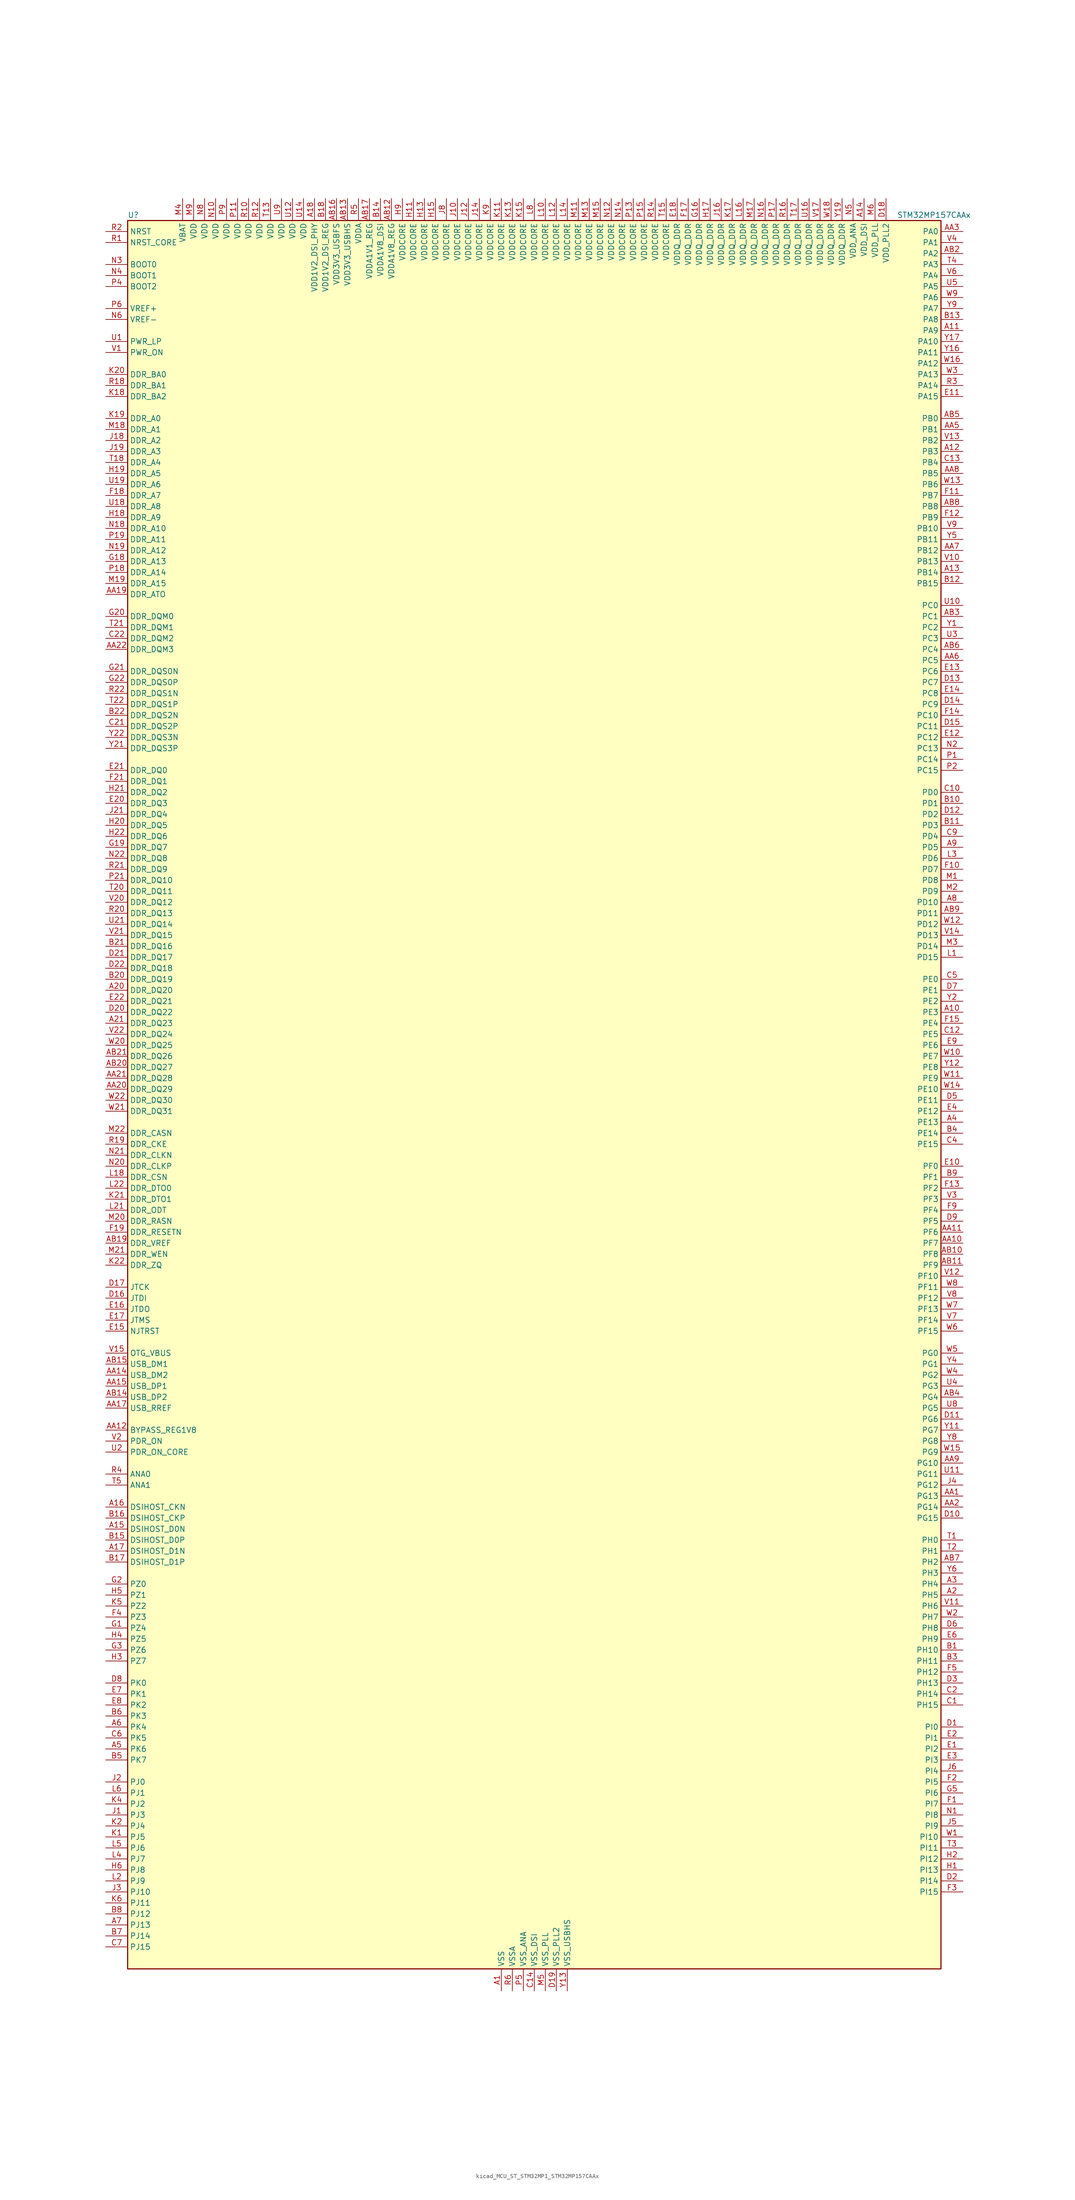
<source format=kicad_sym>
(kicad_symbol_lib
  (version 20220914)
  (generator kicad_symbol_editor)
  (symbol "kicad_MCU_ST_STM32MP1_STM32MP157CAAx"
    (property "Reference" "U"
      (at -93.98 204.47 0)
      (effects (font (size 1.27 1.27)) (justify left)))
    (property "Value" "STM32MP157CAAx"
      (at 83.82 204.47 0)
      (effects (font (size 1.27 1.27)) (justify left)))
    (property "ki_locked" ""
      (at 0 0 0)
      (effects (font (size 1.27 1.27))))
    (symbol "kicad_MCU_ST_STM32MP1_STM32MP157CAAx_0_1"
      (rectangle (start -93.98 -200.66) (end 93.98 203.2) (stroke (width 0.254) (type default)) (fill (type background))))
    (symbol "kicad_MCU_ST_STM32MP1_STM32MP157CAAx_1_1"
      (pin power_in line (at -7.62 -205.74 90) (length 5.08) (name "VSS" (effects (font (size 1.27 1.27)))) (number "A1" (effects (font (size 1.27 1.27)))))
      (pin bidirectional line (at 99.06 20.32 180) (length 5.08) (name "PE3" (effects (font (size 1.27 1.27)))) (number "A10" (effects (font (size 1.27 1.27)))) (alternate "DEBUG_TRACED0" bidirectional line) (alternate "FMC_A19" bidirectional line) (alternate "SAI1_SD_B" bidirectional line) (alternate "SDMMC2_CK" bidirectional line) (alternate "TIM15_BKIN" bidirectional line))
      (pin bidirectional line (at 99.06 177.8 180) (length 5.08) (name "PA9" (effects (font (size 1.27 1.27)))) (number "A11" (effects (font (size 1.27 1.27)))) (alternate "DAC1_EXTI9" bidirectional line) (alternate "DCMI_D0" bidirectional line) (alternate "I2C3_SMBA" bidirectional line) (alternate "I2S2_CK" bidirectional line) (alternate "LTDC_R5" bidirectional line) (alternate "SDMMC2_CDIR" bidirectional line) (alternate "SDMMC2_D5" bidirectional line) (alternate "SPI2_SCK" bidirectional line) (alternate "TIM1_CH2" bidirectional line) (alternate "USART1_TX" bidirectional line))
      (pin bidirectional line (at 99.06 149.86 180) (length 5.08) (name "PB3" (effects (font (size 1.27 1.27)))) (number "A12" (effects (font (size 1.27 1.27)))) (alternate "DEBUG_TRACED9" bidirectional line) (alternate "I2S1_CK" bidirectional line) (alternate "I2S3_CK" bidirectional line) (alternate "SAI4_CK1" bidirectional line) (alternate "SAI4_MCLK_A" bidirectional line) (alternate "SDMMC2_D2" bidirectional line) (alternate "SPI1_SCK" bidirectional line) (alternate "SPI3_SCK" bidirectional line) (alternate "SPI6_SCK" bidirectional line) (alternate "TIM2_CH2" bidirectional line) (alternate "UART7_RX" bidirectional line))
      (pin bidirectional line (at 99.06 121.92 180) (length 5.08) (name "PB14" (effects (font (size 1.27 1.27)))) (number "A13" (effects (font (size 1.27 1.27)))) (alternate "DFSDM1_DATIN2" bidirectional line) (alternate "I2S2_SDI" bidirectional line) (alternate "SDMMC2_D0" bidirectional line) (alternate "SPI2_MISO" bidirectional line) (alternate "TIM12_CH1" bidirectional line) (alternate "TIM1_CH2N" bidirectional line) (alternate "TIM8_CH2N" bidirectional line) (alternate "USART1_TX" bidirectional line) (alternate "USART3_DE" bidirectional line) (alternate "USART3_RTS" bidirectional line))
      (pin power_in line (at 76.2 208.28 270) (length 5.08) (name "VDD_DSI" (effects (font (size 1.27 1.27)))) (number "A14" (effects (font (size 1.27 1.27)))))
      (pin bidirectional line (at -99.06 -99.06 0) (length 5.08) (name "DSIHOST_D0N" (effects (font (size 1.27 1.27)))) (number "A15" (effects (font (size 1.27 1.27)))) (alternate "DSIHOST_D0N" bidirectional line))
      (pin bidirectional line (at -99.06 -93.98 0) (length 5.08) (name "DSIHOST_CKN" (effects (font (size 1.27 1.27)))) (number "A16" (effects (font (size 1.27 1.27)))) (alternate "DSIHOST_CKN" bidirectional line))
      (pin bidirectional line (at -99.06 -104.14 0) (length 5.08) (name "DSIHOST_D1N" (effects (font (size 1.27 1.27)))) (number "A17" (effects (font (size 1.27 1.27)))) (alternate "DSIHOST_D1N" bidirectional line))
      (pin power_in line (at -50.8 208.28 270) (length 5.08) (name "VDD1V2_DSI_PHY" (effects (font (size 1.27 1.27)))) (number "A18" (effects (font (size 1.27 1.27)))))
      (pin passive line (at -7.62 -205.74 90) (length 5.08) hide (name "VSS" (effects (font (size 1.27 1.27)))) (number "A19" (effects (font (size 1.27 1.27)))))
      (pin bidirectional line (at 99.06 -114.3 180) (length 5.08) (name "PH5" (effects (font (size 1.27 1.27)))) (number "A2" (effects (font (size 1.27 1.27)))) (alternate "I2C2_SDA" bidirectional line) (alternate "SAI4_SD_B" bidirectional line) (alternate "SPI5_NSS" bidirectional line))
      (pin bidirectional line (at -99.06 25.4 0) (length 5.08) (name "DDR_DQ20" (effects (font (size 1.27 1.27)))) (number "A20" (effects (font (size 1.27 1.27)))) (alternate "DDR_DQ20" bidirectional line))
      (pin bidirectional line (at -99.06 17.78 0) (length 5.08) (name "DDR_DQ23" (effects (font (size 1.27 1.27)))) (number "A21" (effects (font (size 1.27 1.27)))) (alternate "DDR_DQ23" bidirectional line))
      (pin passive line (at -7.62 -205.74 90) (length 5.08) hide (name "VSS" (effects (font (size 1.27 1.27)))) (number "A22" (effects (font (size 1.27 1.27)))))
      (pin bidirectional line (at 99.06 -111.76 180) (length 5.08) (name "PH4" (effects (font (size 1.27 1.27)))) (number "A3" (effects (font (size 1.27 1.27)))) (alternate "I2C2_SCL" bidirectional line) (alternate "LTDC_G4" bidirectional line) (alternate "LTDC_G5" bidirectional line))
      (pin bidirectional line (at 99.06 -5.08 180) (length 5.08) (name "PE13" (effects (font (size 1.27 1.27)))) (number "A4" (effects (font (size 1.27 1.27)))) (alternate "DCMI_D6" bidirectional line) (alternate "DFSDM1_CKIN5" bidirectional line) (alternate "FMC_D10" bidirectional line) (alternate "FMC_DA10" bidirectional line) (alternate "HDP_HDP2" bidirectional line) (alternate "LTDC_DE" bidirectional line) (alternate "SAI2_FS_B" bidirectional line) (alternate "SPI4_MISO" bidirectional line) (alternate "TIM1_CH3" bidirectional line))
      (pin bidirectional line (at -99.06 -149.86 0) (length 5.08) (name "PK6" (effects (font (size 1.27 1.27)))) (number "A5" (effects (font (size 1.27 1.27)))) (alternate "DEBUG_TRACED7" bidirectional line) (alternate "HDP_HDP7" bidirectional line) (alternate "LTDC_B7" bidirectional line))
      (pin bidirectional line (at -99.06 -144.78 0) (length 5.08) (name "PK4" (effects (font (size 1.27 1.27)))) (number "A6" (effects (font (size 1.27 1.27)))) (alternate "LTDC_B5" bidirectional line))
      (pin bidirectional line (at -99.06 -190.5 0) (length 5.08) (name "PJ13" (effects (font (size 1.27 1.27)))) (number "A7" (effects (font (size 1.27 1.27)))) (alternate "LTDC_B1" bidirectional line) (alternate "LTDC_G4" bidirectional line))
      (pin bidirectional line (at 99.06 45.72 180) (length 5.08) (name "PD10" (effects (font (size 1.27 1.27)))) (number "A8" (effects (font (size 1.27 1.27)))) (alternate "DFSDM1_CKOUT" bidirectional line) (alternate "FMC_D15" bidirectional line) (alternate "FMC_DA15" bidirectional line) (alternate "I2C5_SMBA" bidirectional line) (alternate "I2S3_SDI" bidirectional line) (alternate "LTDC_B3" bidirectional line) (alternate "RTC_REFIN" bidirectional line) (alternate "SAI3_FS_B" bidirectional line) (alternate "SPI3_MISO" bidirectional line) (alternate "TIM16_BKIN" bidirectional line) (alternate "USART3_CK" bidirectional line))
      (pin bidirectional line (at 99.06 58.42 180) (length 5.08) (name "PD5" (effects (font (size 1.27 1.27)))) (number "A9" (effects (font (size 1.27 1.27)))) (alternate "FMC_NWE" bidirectional line) (alternate "SDMMC3_D2" bidirectional line) (alternate "USART2_TX" bidirectional line))
      (pin bidirectional line (at 99.06 -91.44 180) (length 5.08) (name "PG13" (effects (font (size 1.27 1.27)))) (number "AA1" (effects (font (size 1.27 1.27)))) (alternate "DEBUG_TRACED0" bidirectional line) (alternate "ETH1_TXD0" bidirectional line) (alternate "FMC_A24" bidirectional line) (alternate "LPTIM1_OUT" bidirectional line) (alternate "LTDC_R0" bidirectional line) (alternate "SAI1_CK2" bidirectional line) (alternate "SAI1_SCK_A" bidirectional line) (alternate "SAI4_CK1" bidirectional line) (alternate "SAI4_MCLK_A" bidirectional line) (alternate "SPI6_SCK" bidirectional line) (alternate "USART6_CTS" bidirectional line) (alternate "USART6_NSS" bidirectional line))
      (pin bidirectional line (at 99.06 -33.02 180) (length 5.08) (name "PF7" (effects (font (size 1.27 1.27)))) (number "AA10" (effects (font (size 1.27 1.27)))) (alternate "QUADSPI_BK1_IO2" bidirectional line) (alternate "SAI1_MCLK_B" bidirectional line) (alternate "SPI5_SCK" bidirectional line) (alternate "TIM17_CH1" bidirectional line) (alternate "UART7_TX" bidirectional line))
      (pin bidirectional line (at 99.06 -30.48 180) (length 5.08) (name "PF6" (effects (font (size 1.27 1.27)))) (number "AA11" (effects (font (size 1.27 1.27)))) (alternate "QUADSPI_BK1_IO3" bidirectional line) (alternate "SAI1_SD_B" bidirectional line) (alternate "SAI4_SCK_B" bidirectional line) (alternate "SPI5_NSS" bidirectional line) (alternate "TIM16_CH1" bidirectional line) (alternate "UART7_RX" bidirectional line))
      (pin bidirectional line (at -99.06 -76.2 0) (length 5.08) (name "BYPASS_REG1V8" (effects (font (size 1.27 1.27)))) (number "AA12" (effects (font (size 1.27 1.27)))))
      (pin passive line (at 7.62 -205.74 90) (length 5.08) hide (name "VSS_USBHS" (effects (font (size 1.27 1.27)))) (number "AA13" (effects (font (size 1.27 1.27)))))
      (pin bidirectional line (at -99.06 -63.5 0) (length 5.08) (name "USB_DM2" (effects (font (size 1.27 1.27)))) (number "AA14" (effects (font (size 1.27 1.27)))) (alternate "USBH_HS2_DM" bidirectional line) (alternate "USB_OTG_HS_DM" bidirectional line))
      (pin bidirectional line (at -99.06 -66.04 0) (length 5.08) (name "USB_DP1" (effects (font (size 1.27 1.27)))) (number "AA15" (effects (font (size 1.27 1.27)))) (alternate "USBH_HS1_DP" bidirectional line))
      (pin passive line (at 7.62 -205.74 90) (length 5.08) hide (name "VSS_USBHS" (effects (font (size 1.27 1.27)))) (number "AA16" (effects (font (size 1.27 1.27)))))
      (pin bidirectional line (at -99.06 -71.12 0) (length 5.08) (name "USB_RREF" (effects (font (size 1.27 1.27)))) (number "AA17" (effects (font (size 1.27 1.27)))))
      (pin passive line (at -7.62 -205.74 90) (length 5.08) hide (name "VSS" (effects (font (size 1.27 1.27)))) (number "AA18" (effects (font (size 1.27 1.27)))))
      (pin bidirectional line (at -99.06 116.84 0) (length 5.08) (name "DDR_ATO" (effects (font (size 1.27 1.27)))) (number "AA19" (effects (font (size 1.27 1.27)))) (alternate "DDR_ATO" bidirectional line))
      (pin bidirectional line (at 99.06 -93.98 180) (length 5.08) (name "PG14" (effects (font (size 1.27 1.27)))) (number "AA2" (effects (font (size 1.27 1.27)))) (alternate "DEBUG_TRACED1" bidirectional line) (alternate "ETH1_TXD1" bidirectional line) (alternate "FMC_A25" bidirectional line) (alternate "LPTIM1_ETR" bidirectional line) (alternate "LTDC_B0" bidirectional line) (alternate "QUADSPI_BK2_IO3" bidirectional line) (alternate "SAI4_D1" bidirectional line) (alternate "SAI4_SD_A" bidirectional line) (alternate "SPI6_MOSI" bidirectional line) (alternate "USART6_TX" bidirectional line))
      (pin bidirectional line (at -99.06 2.54 0) (length 5.08) (name "DDR_DQ29" (effects (font (size 1.27 1.27)))) (number "AA20" (effects (font (size 1.27 1.27)))) (alternate "DDR_DQ29" bidirectional line))
      (pin bidirectional line (at -99.06 5.08 0) (length 5.08) (name "DDR_DQ28" (effects (font (size 1.27 1.27)))) (number "AA21" (effects (font (size 1.27 1.27)))) (alternate "DDR_DQ28" bidirectional line))
      (pin bidirectional line (at -99.06 104.14 0) (length 5.08) (name "DDR_DQM3" (effects (font (size 1.27 1.27)))) (number "AA22" (effects (font (size 1.27 1.27)))) (alternate "DDR_DQM3" bidirectional line))
      (pin bidirectional line (at 99.06 200.66 180) (length 5.08) (name "PA0" (effects (font (size 1.27 1.27)))) (number "AA3" (effects (font (size 1.27 1.27)))) (alternate "ADC1_INP16" bidirectional line) (alternate "ETH1_CRS" bidirectional line) (alternate "PWR_WKUP1" bidirectional line) (alternate "SAI2_SD_B" bidirectional line) (alternate "SDMMC2_CMD" bidirectional line) (alternate "TIM15_BKIN" bidirectional line) (alternate "TIM2_CH1" bidirectional line) (alternate "TIM2_ETR" bidirectional line) (alternate "TIM5_CH1" bidirectional line) (alternate "TIM8_ETR" bidirectional line) (alternate "UART4_TX" bidirectional line) (alternate "USART2_CTS" bidirectional line) (alternate "USART2_NSS" bidirectional line))
      (pin passive line (at -7.62 -205.74 90) (length 5.08) hide (name "VSS" (effects (font (size 1.27 1.27)))) (number "AA4" (effects (font (size 1.27 1.27)))))
      (pin bidirectional line (at 99.06 154.94 180) (length 5.08) (name "PB1" (effects (font (size 1.27 1.27)))) (number "AA5" (effects (font (size 1.27 1.27)))) (alternate "ADC1_INP5" bidirectional line) (alternate "ADC2_INP5" bidirectional line) (alternate "DFSDM1_DATIN1" bidirectional line) (alternate "ETH1_RXD3" bidirectional line) (alternate "LTDC_G0" bidirectional line) (alternate "LTDC_R6" bidirectional line) (alternate "TIM1_CH3N" bidirectional line) (alternate "TIM3_CH4" bidirectional line) (alternate "TIM8_CH3N" bidirectional line))
      (pin bidirectional line (at 99.06 101.6 180) (length 5.08) (name "PC5" (effects (font (size 1.27 1.27)))) (number "AA6" (effects (font (size 1.27 1.27)))) (alternate "ADC1_INN4" bidirectional line) (alternate "ADC1_INP8" bidirectional line) (alternate "ADC2_INN4" bidirectional line) (alternate "ADC2_INP8" bidirectional line) (alternate "DFSDM1_DATIN2" bidirectional line) (alternate "ETH1_RXD1" bidirectional line) (alternate "SAI1_D3" bidirectional line) (alternate "SAI1_D4" bidirectional line) (alternate "SAI4_D3" bidirectional line) (alternate "SAI4_D4" bidirectional line) (alternate "SPDIFRX_IN3" bidirectional line))
      (pin bidirectional line (at 99.06 127 180) (length 5.08) (name "PB12" (effects (font (size 1.27 1.27)))) (number "AA7" (effects (font (size 1.27 1.27)))) (alternate "DFSDM1_DATIN1" bidirectional line) (alternate "ETH1_TXD0" bidirectional line) (alternate "FDCAN2_RX" bidirectional line) (alternate "I2C2_SMBA" bidirectional line) (alternate "I2C6_SMBA" bidirectional line) (alternate "I2S2_WS" bidirectional line) (alternate "SPI2_NSS" bidirectional line) (alternate "TIM1_BKIN" bidirectional line) (alternate "UART5_RX" bidirectional line) (alternate "USART3_CK" bidirectional line) (alternate "USART3_RX" bidirectional line))
      (pin bidirectional line (at 99.06 144.78 180) (length 5.08) (name "PB5" (effects (font (size 1.27 1.27)))) (number "AA8" (effects (font (size 1.27 1.27)))) (alternate "DCMI_D10" bidirectional line) (alternate "ETH1_CLK" bidirectional line) (alternate "ETH1_PPS_OUT" bidirectional line) (alternate "FDCAN2_RX" bidirectional line) (alternate "I2C1_SMBA" bidirectional line) (alternate "I2C4_SMBA" bidirectional line) (alternate "I2S1_SDO" bidirectional line) (alternate "I2S3_SDO" bidirectional line) (alternate "LTDC_G7" bidirectional line) (alternate "SAI4_D1" bidirectional line) (alternate "SAI4_SD_A" bidirectional line) (alternate "SPI1_MOSI" bidirectional line) (alternate "SPI3_MOSI" bidirectional line) (alternate "SPI6_MOSI" bidirectional line) (alternate "TIM17_BKIN" bidirectional line) (alternate "TIM3_CH2" bidirectional line) (alternate "UART5_RX" bidirectional line))
      (pin bidirectional line (at 99.06 -83.82 180) (length 5.08) (name "PG10" (effects (font (size 1.27 1.27)))) (number "AA9" (effects (font (size 1.27 1.27)))) (alternate "DCMI_D2" bidirectional line) (alternate "DEBUG_TRACED10" bidirectional line) (alternate "FMC_NE3" bidirectional line) (alternate "LTDC_B2" bidirectional line) (alternate "LTDC_G3" bidirectional line) (alternate "QUADSPI_BK2_IO2" bidirectional line) (alternate "SAI2_SD_B" bidirectional line) (alternate "UART8_CTS" bidirectional line))
      (pin passive line (at -7.62 -205.74 90) (length 5.08) hide (name "VSS" (effects (font (size 1.27 1.27)))) (number "AB1" (effects (font (size 1.27 1.27)))))
      (pin bidirectional line (at 99.06 -35.56 180) (length 5.08) (name "PF8" (effects (font (size 1.27 1.27)))) (number "AB10" (effects (font (size 1.27 1.27)))) (alternate "DEBUG_TRACED12" bidirectional line) (alternate "QUADSPI_BK1_IO0" bidirectional line) (alternate "SAI1_SCK_B" bidirectional line) (alternate "SPI5_MISO" bidirectional line) (alternate "TIM13_CH1" bidirectional line) (alternate "TIM16_CH1N" bidirectional line) (alternate "UART7_DE" bidirectional line) (alternate "UART7_RTS" bidirectional line))
      (pin bidirectional line (at 99.06 -38.1 180) (length 5.08) (name "PF9" (effects (font (size 1.27 1.27)))) (number "AB11" (effects (font (size 1.27 1.27)))) (alternate "DAC1_EXTI9" bidirectional line) (alternate "DEBUG_TRACED13" bidirectional line) (alternate "QUADSPI_BK1_IO1" bidirectional line) (alternate "SAI1_FS_B" bidirectional line) (alternate "SPI5_MOSI" bidirectional line) (alternate "TIM14_CH1" bidirectional line) (alternate "TIM17_CH1N" bidirectional line) (alternate "UART7_CTS" bidirectional line))
      (pin power_in line (at -33.02 208.28 270) (length 5.08) (name "VDDA1V8_REG" (effects (font (size 1.27 1.27)))) (number "AB12" (effects (font (size 1.27 1.27)))))
      (pin power_in line (at -43.18 208.28 270) (length 5.08) (name "VDD3V3_USBHS" (effects (font (size 1.27 1.27)))) (number "AB13" (effects (font (size 1.27 1.27)))))
      (pin bidirectional line (at -99.06 -68.58 0) (length 5.08) (name "USB_DP2" (effects (font (size 1.27 1.27)))) (number "AB14" (effects (font (size 1.27 1.27)))) (alternate "USBH_HS2_DP" bidirectional line) (alternate "USB_OTG_HS_DP" bidirectional line))
      (pin bidirectional line (at -99.06 -60.96 0) (length 5.08) (name "USB_DM1" (effects (font (size 1.27 1.27)))) (number "AB15" (effects (font (size 1.27 1.27)))) (alternate "USBH_HS1_DM" bidirectional line))
      (pin power_in line (at -45.72 208.28 270) (length 5.08) (name "VDD3V3_USBFS" (effects (font (size 1.27 1.27)))) (number "AB16" (effects (font (size 1.27 1.27)))))
      (pin power_in line (at -38.1 208.28 270) (length 5.08) (name "VDDA1V1_REG" (effects (font (size 1.27 1.27)))) (number "AB17" (effects (font (size 1.27 1.27)))))
      (pin passive line (at -7.62 -205.74 90) (length 5.08) hide (name "VSS" (effects (font (size 1.27 1.27)))) (number "AB18" (effects (font (size 1.27 1.27)))))
      (pin bidirectional line (at -99.06 -33.02 0) (length 5.08) (name "DDR_VREF" (effects (font (size 1.27 1.27)))) (number "AB19" (effects (font (size 1.27 1.27)))) (alternate "DDR_VREF" bidirectional line))
      (pin bidirectional line (at 99.06 195.58 180) (length 5.08) (name "PA2" (effects (font (size 1.27 1.27)))) (number "AB2" (effects (font (size 1.27 1.27)))) (alternate "ADC1_INP14" bidirectional line) (alternate "ETH1_MDIO" bidirectional line) (alternate "LPTIM4_OUT" bidirectional line) (alternate "LTDC_R1" bidirectional line) (alternate "PWR_WKUP2" bidirectional line) (alternate "SAI2_SCK_B" bidirectional line) (alternate "SDMMC2_D0DIR" bidirectional line) (alternate "TIM15_CH1" bidirectional line) (alternate "TIM2_CH3" bidirectional line) (alternate "TIM5_CH3" bidirectional line) (alternate "USART2_TX" bidirectional line))
      (pin bidirectional line (at -99.06 7.62 0) (length 5.08) (name "DDR_DQ27" (effects (font (size 1.27 1.27)))) (number "AB20" (effects (font (size 1.27 1.27)))) (alternate "DDR_DQ27" bidirectional line))
      (pin bidirectional line (at -99.06 10.16 0) (length 5.08) (name "DDR_DQ26" (effects (font (size 1.27 1.27)))) (number "AB21" (effects (font (size 1.27 1.27)))) (alternate "DDR_DQ26" bidirectional line))
      (pin passive line (at -7.62 -205.74 90) (length 5.08) hide (name "VSS" (effects (font (size 1.27 1.27)))) (number "AB22" (effects (font (size 1.27 1.27)))))
      (pin bidirectional line (at 99.06 111.76 180) (length 5.08) (name "PC1" (effects (font (size 1.27 1.27)))) (number "AB3" (effects (font (size 1.27 1.27)))) (alternate "ADC1_INN10" bidirectional line) (alternate "ADC1_INP11" bidirectional line) (alternate "ADC2_INN10" bidirectional line) (alternate "ADC2_INP11" bidirectional line) (alternate "DEBUG_TRACED0" bidirectional line) (alternate "DFSDM1_CKIN4" bidirectional line) (alternate "DFSDM1_DATIN0" bidirectional line) (alternate "ETH1_MDC" bidirectional line) (alternate "I2S2_SDO" bidirectional line) (alternate "PWR_WKUP6" bidirectional line) (alternate "SAI1_D1" bidirectional line) (alternate "SAI1_SD_A" bidirectional line) (alternate "SDMMC2_CK" bidirectional line) (alternate "SPI2_MOSI" bidirectional line) (alternate "TAMP_IN3" bidirectional line))
      (pin bidirectional line (at 99.06 -68.58 180) (length 5.08) (name "PG4" (effects (font (size 1.27 1.27)))) (number "AB4" (effects (font (size 1.27 1.27)))) (alternate "ETH1_GTX_CLK" bidirectional line) (alternate "FMC_A14" bidirectional line) (alternate "TIM1_BKIN2" bidirectional line))
      (pin bidirectional line (at 99.06 157.48 180) (length 5.08) (name "PB0" (effects (font (size 1.27 1.27)))) (number "AB5" (effects (font (size 1.27 1.27)))) (alternate "ADC1_INN5" bidirectional line) (alternate "ADC1_INP9" bidirectional line) (alternate "ADC2_INN5" bidirectional line) (alternate "ADC2_INP9" bidirectional line) (alternate "DFSDM1_CKOUT" bidirectional line) (alternate "ETH1_RXD2" bidirectional line) (alternate "LTDC_G1" bidirectional line) (alternate "LTDC_R3" bidirectional line) (alternate "TIM1_CH2N" bidirectional line) (alternate "TIM3_CH3" bidirectional line) (alternate "TIM8_CH2N" bidirectional line) (alternate "UART4_CTS" bidirectional line))
      (pin bidirectional line (at 99.06 104.14 180) (length 5.08) (name "PC4" (effects (font (size 1.27 1.27)))) (number "AB6" (effects (font (size 1.27 1.27)))) (alternate "ADC1_INP4" bidirectional line) (alternate "ADC2_INP4" bidirectional line) (alternate "DFSDM1_CKIN2" bidirectional line) (alternate "ETH1_RXD0" bidirectional line) (alternate "I2S1_MCK" bidirectional line) (alternate "SPDIFRX_IN2" bidirectional line))
      (pin bidirectional line (at 99.06 -106.68 180) (length 5.08) (name "PH2" (effects (font (size 1.27 1.27)))) (number "AB7" (effects (font (size 1.27 1.27)))) (alternate "ETH1_CRS" bidirectional line) (alternate "LPTIM1_IN2" bidirectional line) (alternate "LTDC_R0" bidirectional line) (alternate "QUADSPI_BK2_IO0" bidirectional line) (alternate "SAI2_SCK_B" bidirectional line))
      (pin bidirectional line (at 99.06 137.16 180) (length 5.08) (name "PB8" (effects (font (size 1.27 1.27)))) (number "AB8" (effects (font (size 1.27 1.27)))) (alternate "DCMI_D6" bidirectional line) (alternate "DFSDM1_CKIN7" bidirectional line) (alternate "ETH1_TXD3" bidirectional line) (alternate "FDCAN1_RX" bidirectional line) (alternate "HDP_HDP6" bidirectional line) (alternate "I2C1_SCL" bidirectional line) (alternate "I2C4_SCL" bidirectional line) (alternate "LTDC_B6" bidirectional line) (alternate "SDMMC1_CKIN" bidirectional line) (alternate "SDMMC1_D4" bidirectional line) (alternate "SDMMC2_CKIN" bidirectional line) (alternate "SDMMC2_D4" bidirectional line) (alternate "TIM16_CH1" bidirectional line) (alternate "TIM4_CH3" bidirectional line) (alternate "UART4_RX" bidirectional line))
      (pin bidirectional line (at 99.06 43.18 180) (length 5.08) (name "PD11" (effects (font (size 1.27 1.27)))) (number "AB9" (effects (font (size 1.27 1.27)))) (alternate "ADC1_EXTI11" bidirectional line) (alternate "ADC2_EXTI11" bidirectional line) (alternate "FMC_A16" bidirectional line) (alternate "FMC_CLE" bidirectional line) (alternate "I2C1_SMBA" bidirectional line) (alternate "I2C4_SMBA" bidirectional line) (alternate "LPTIM2_IN2" bidirectional line) (alternate "QUADSPI_BK1_IO0" bidirectional line) (alternate "SAI2_SD_A" bidirectional line) (alternate "USART3_CTS" bidirectional line) (alternate "USART3_NSS" bidirectional line))
      (pin bidirectional line (at 99.06 -127 180) (length 5.08) (name "PH10" (effects (font (size 1.27 1.27)))) (number "B1" (effects (font (size 1.27 1.27)))) (alternate "DCMI_D1" bidirectional line) (alternate "I2C1_SMBA" bidirectional line) (alternate "I2C4_SMBA" bidirectional line) (alternate "LTDC_R4" bidirectional line) (alternate "TIM5_CH1" bidirectional line))
      (pin bidirectional line (at 99.06 68.58 180) (length 5.08) (name "PD1" (effects (font (size 1.27 1.27)))) (number "B10" (effects (font (size 1.27 1.27)))) (alternate "DFSDM1_CKIN7" bidirectional line) (alternate "DFSDM1_DATIN6" bidirectional line) (alternate "FDCAN1_TX" bidirectional line) (alternate "FMC_D3" bidirectional line) (alternate "FMC_DA3" bidirectional line) (alternate "I2C5_SCL" bidirectional line) (alternate "I2C6_SCL" bidirectional line) (alternate "SAI3_SD_A" bidirectional line) (alternate "SDMMC3_D0" bidirectional line) (alternate "UART4_TX" bidirectional line))
      (pin bidirectional line (at 99.06 63.5 180) (length 5.08) (name "PD3" (effects (font (size 1.27 1.27)))) (number "B11" (effects (font (size 1.27 1.27)))) (alternate "DCMI_D5" bidirectional line) (alternate "DFSDM1_CKOUT" bidirectional line) (alternate "DFSDM1_DATIN0" bidirectional line) (alternate "FMC_CLK" bidirectional line) (alternate "HDP_HDP5" bidirectional line) (alternate "I2S2_CK" bidirectional line) (alternate "LTDC_G7" bidirectional line) (alternate "SDMMC1_D123DIR" bidirectional line) (alternate "SDMMC1_D7" bidirectional line) (alternate "SDMMC2_D123DIR" bidirectional line) (alternate "SDMMC2_D7" bidirectional line) (alternate "SPI2_SCK" bidirectional line) (alternate "USART2_CTS" bidirectional line) (alternate "USART2_NSS" bidirectional line))
      (pin bidirectional line (at 99.06 119.38 180) (length 5.08) (name "PB15" (effects (font (size 1.27 1.27)))) (number "B12" (effects (font (size 1.27 1.27)))) (alternate "ADC1_EXTI15" bidirectional line) (alternate "ADC2_EXTI15" bidirectional line) (alternate "DFSDM1_CKIN2" bidirectional line) (alternate "I2S2_SDO" bidirectional line) (alternate "RTC_REFIN" bidirectional line) (alternate "SDMMC2_D1" bidirectional line) (alternate "SPI2_MOSI" bidirectional line) (alternate "TIM12_CH2" bidirectional line) (alternate "TIM1_CH3N" bidirectional line) (alternate "TIM8_CH3N" bidirectional line) (alternate "USART1_RX" bidirectional line))
      (pin bidirectional line (at 99.06 180.34 180) (length 5.08) (name "PA8" (effects (font (size 1.27 1.27)))) (number "B13" (effects (font (size 1.27 1.27)))) (alternate "I2C3_SCL" bidirectional line) (alternate "I2S3_SDO" bidirectional line) (alternate "LTDC_R6" bidirectional line) (alternate "RCC_MCO_1" bidirectional line) (alternate "SAI4_SD_B" bidirectional line) (alternate "SDMMC2_CKIN" bidirectional line) (alternate "SDMMC2_D4" bidirectional line) (alternate "SPI3_MOSI" bidirectional line) (alternate "TIM1_CH1" bidirectional line) (alternate "TIM8_BKIN2" bidirectional line) (alternate "UART7_RX" bidirectional line) (alternate "USART1_CK" bidirectional line) (alternate "USB_OTG_HS_SOF" bidirectional line))
      (pin power_in line (at -35.56 208.28 270) (length 5.08) (name "VDDA1V8_DSI" (effects (font (size 1.27 1.27)))) (number "B14" (effects (font (size 1.27 1.27)))))
      (pin bidirectional line (at -99.06 -101.6 0) (length 5.08) (name "DSIHOST_D0P" (effects (font (size 1.27 1.27)))) (number "B15" (effects (font (size 1.27 1.27)))) (alternate "DSIHOST_D0P" bidirectional line))
      (pin bidirectional line (at -99.06 -96.52 0) (length 5.08) (name "DSIHOST_CKP" (effects (font (size 1.27 1.27)))) (number "B16" (effects (font (size 1.27 1.27)))) (alternate "DSIHOST_CKP" bidirectional line))
      (pin bidirectional line (at -99.06 -106.68 0) (length 5.08) (name "DSIHOST_D1P" (effects (font (size 1.27 1.27)))) (number "B17" (effects (font (size 1.27 1.27)))) (alternate "DSIHOST_D1P" bidirectional line))
      (pin power_in line (at -48.26 208.28 270) (length 5.08) (name "VDD1V2_DSI_REG" (effects (font (size 1.27 1.27)))) (number "B18" (effects (font (size 1.27 1.27)))))
      (pin passive line (at -7.62 -205.74 90) (length 5.08) hide (name "VSS" (effects (font (size 1.27 1.27)))) (number "B19" (effects (font (size 1.27 1.27)))))
      (pin passive line (at -7.62 -205.74 90) (length 5.08) hide (name "VSS" (effects (font (size 1.27 1.27)))) (number "B2" (effects (font (size 1.27 1.27)))))
      (pin bidirectional line (at -99.06 27.94 0) (length 5.08) (name "DDR_DQ19" (effects (font (size 1.27 1.27)))) (number "B20" (effects (font (size 1.27 1.27)))) (alternate "DDR_DQ19" bidirectional line))
      (pin bidirectional line (at -99.06 35.56 0) (length 5.08) (name "DDR_DQ16" (effects (font (size 1.27 1.27)))) (number "B21" (effects (font (size 1.27 1.27)))) (alternate "DDR_DQ16" bidirectional line))
      (pin bidirectional line (at -99.06 88.9 0) (length 5.08) (name "DDR_DQS2N" (effects (font (size 1.27 1.27)))) (number "B22" (effects (font (size 1.27 1.27)))) (alternate "DDR_DQS2N" bidirectional line))
      (pin bidirectional line (at 99.06 -129.54 180) (length 5.08) (name "PH11" (effects (font (size 1.27 1.27)))) (number "B3" (effects (font (size 1.27 1.27)))) (alternate "ADC1_EXTI11" bidirectional line) (alternate "ADC2_EXTI11" bidirectional line) (alternate "DCMI_D2" bidirectional line) (alternate "I2C1_SCL" bidirectional line) (alternate "I2C4_SCL" bidirectional line) (alternate "LTDC_R5" bidirectional line) (alternate "TIM5_CH2" bidirectional line))
      (pin bidirectional line (at 99.06 -7.62 180) (length 5.08) (name "PE14" (effects (font (size 1.27 1.27)))) (number "B4" (effects (font (size 1.27 1.27)))) (alternate "FMC_D11" bidirectional line) (alternate "FMC_DA11" bidirectional line) (alternate "LTDC_CLK" bidirectional line) (alternate "LTDC_G0" bidirectional line) (alternate "SAI2_MCLK_B" bidirectional line) (alternate "SDMMC1_D123DIR" bidirectional line) (alternate "SPI4_MOSI" bidirectional line) (alternate "TIM1_CH4" bidirectional line) (alternate "UART8_DE" bidirectional line) (alternate "UART8_RTS" bidirectional line))
      (pin bidirectional line (at -99.06 -152.4 0) (length 5.08) (name "PK7" (effects (font (size 1.27 1.27)))) (number "B5" (effects (font (size 1.27 1.27)))) (alternate "LTDC_DE" bidirectional line))
      (pin bidirectional line (at -99.06 -142.24 0) (length 5.08) (name "PK3" (effects (font (size 1.27 1.27)))) (number "B6" (effects (font (size 1.27 1.27)))) (alternate "LTDC_B4" bidirectional line))
      (pin bidirectional line (at -99.06 -193.04 0) (length 5.08) (name "PJ14" (effects (font (size 1.27 1.27)))) (number "B7" (effects (font (size 1.27 1.27)))) (alternate "LTDC_B2" bidirectional line))
      (pin bidirectional line (at -99.06 -187.96 0) (length 5.08) (name "PJ12" (effects (font (size 1.27 1.27)))) (number "B8" (effects (font (size 1.27 1.27)))) (alternate "LTDC_B0" bidirectional line) (alternate "LTDC_G3" bidirectional line))
      (pin bidirectional line (at 99.06 -17.78 180) (length 5.08) (name "PF1" (effects (font (size 1.27 1.27)))) (number "B9" (effects (font (size 1.27 1.27)))) (alternate "FMC_A1" bidirectional line) (alternate "I2C2_SCL" bidirectional line) (alternate "SDMMC3_CDIR" bidirectional line) (alternate "SDMMC3_CMD" bidirectional line))
      (pin bidirectional line (at 99.06 -139.7 180) (length 5.08) (name "PH15" (effects (font (size 1.27 1.27)))) (number "C1" (effects (font (size 1.27 1.27)))) (alternate "ADC1_EXTI15" bidirectional line) (alternate "ADC2_EXTI15" bidirectional line) (alternate "DCMI_D11" bidirectional line) (alternate "LTDC_G4" bidirectional line) (alternate "TIM8_CH3N" bidirectional line))
      (pin bidirectional line (at 99.06 71.12 180) (length 5.08) (name "PD0" (effects (font (size 1.27 1.27)))) (number "C10" (effects (font (size 1.27 1.27)))) (alternate "DFSDM1_CKIN6" bidirectional line) (alternate "DFSDM1_DATIN7" bidirectional line) (alternate "FDCAN1_RX" bidirectional line) (alternate "FMC_D2" bidirectional line) (alternate "FMC_DA2" bidirectional line) (alternate "I2C5_SDA" bidirectional line) (alternate "I2C6_SDA" bidirectional line) (alternate "SAI3_SCK_A" bidirectional line) (alternate "SDMMC3_CMD" bidirectional line) (alternate "UART4_RX" bidirectional line))
      (pin passive line (at -7.62 -205.74 90) (length 5.08) hide (name "VSS" (effects (font (size 1.27 1.27)))) (number "C11" (effects (font (size 1.27 1.27)))))
      (pin bidirectional line (at 99.06 15.24 180) (length 5.08) (name "PE5" (effects (font (size 1.27 1.27)))) (number "C12" (effects (font (size 1.27 1.27)))) (alternate "DCMI_D6" bidirectional line) (alternate "DEBUG_TRACED3" bidirectional line) (alternate "DFSDM1_CKIN3" bidirectional line) (alternate "FMC_A21" bidirectional line) (alternate "LTDC_G0" bidirectional line) (alternate "SAI1_CK2" bidirectional line) (alternate "SAI1_SCK_A" bidirectional line) (alternate "SDMMC1_D0DIR" bidirectional line) (alternate "SDMMC1_D6" bidirectional line) (alternate "SDMMC2_D0DIR" bidirectional line) (alternate "SDMMC2_D6" bidirectional line) (alternate "SPI4_MISO" bidirectional line) (alternate "TIM15_CH1" bidirectional line))
      (pin bidirectional line (at 99.06 147.32 180) (length 5.08) (name "PB4" (effects (font (size 1.27 1.27)))) (number "C13" (effects (font (size 1.27 1.27)))) (alternate "DEBUG_TRACED8" bidirectional line) (alternate "I2S1_SDI" bidirectional line) (alternate "I2S2_WS" bidirectional line) (alternate "I2S3_SDI" bidirectional line) (alternate "SAI4_CK2" bidirectional line) (alternate "SAI4_SCK_A" bidirectional line) (alternate "SDMMC2_D3" bidirectional line) (alternate "SPI1_MISO" bidirectional line) (alternate "SPI2_NSS" bidirectional line) (alternate "SPI3_MISO" bidirectional line) (alternate "SPI6_MISO" bidirectional line) (alternate "TIM16_BKIN" bidirectional line) (alternate "TIM3_CH1" bidirectional line) (alternate "UART7_TX" bidirectional line))
      (pin power_in line (at 0 -205.74 90) (length 5.08) (name "VSS_DSI" (effects (font (size 1.27 1.27)))) (number "C14" (effects (font (size 1.27 1.27)))))
      (pin passive line (at 0 -205.74 90) (length 5.08) hide (name "VSS_DSI" (effects (font (size 1.27 1.27)))) (number "C15" (effects (font (size 1.27 1.27)))))
      (pin passive line (at 0 -205.74 90) (length 5.08) hide (name "VSS_DSI" (effects (font (size 1.27 1.27)))) (number "C16" (effects (font (size 1.27 1.27)))))
      (pin passive line (at 0 -205.74 90) (length 5.08) hide (name "VSS_DSI" (effects (font (size 1.27 1.27)))) (number "C17" (effects (font (size 1.27 1.27)))))
      (pin passive line (at 0 -205.74 90) (length 5.08) hide (name "VSS_DSI" (effects (font (size 1.27 1.27)))) (number "C18" (effects (font (size 1.27 1.27)))))
      (pin passive line (at -7.62 -205.74 90) (length 5.08) hide (name "VSS" (effects (font (size 1.27 1.27)))) (number "C19" (effects (font (size 1.27 1.27)))))
      (pin bidirectional line (at 99.06 -137.16 180) (length 5.08) (name "PH14" (effects (font (size 1.27 1.27)))) (number "C2" (effects (font (size 1.27 1.27)))) (alternate "DCMI_D4" bidirectional line) (alternate "FDCAN1_RX" bidirectional line) (alternate "LTDC_G3" bidirectional line) (alternate "TIM8_CH2N" bidirectional line) (alternate "UART4_RX" bidirectional line))
      (pin passive line (at -7.62 -205.74 90) (length 5.08) hide (name "VSS" (effects (font (size 1.27 1.27)))) (number "C20" (effects (font (size 1.27 1.27)))))
      (pin bidirectional line (at -99.06 86.36 0) (length 5.08) (name "DDR_DQS2P" (effects (font (size 1.27 1.27)))) (number "C21" (effects (font (size 1.27 1.27)))) (alternate "DDR_DQS2P" bidirectional line))
      (pin bidirectional line (at -99.06 106.68 0) (length 5.08) (name "DDR_DQM2" (effects (font (size 1.27 1.27)))) (number "C22" (effects (font (size 1.27 1.27)))) (alternate "DDR_DQM2" bidirectional line))
      (pin passive line (at -7.62 -205.74 90) (length 5.08) hide (name "VSS" (effects (font (size 1.27 1.27)))) (number "C3" (effects (font (size 1.27 1.27)))))
      (pin bidirectional line (at 99.06 -10.16 180) (length 5.08) (name "PE15" (effects (font (size 1.27 1.27)))) (number "C4" (effects (font (size 1.27 1.27)))) (alternate "ADC1_EXTI15" bidirectional line) (alternate "ADC2_EXTI15" bidirectional line) (alternate "FMC_D12" bidirectional line) (alternate "FMC_DA12" bidirectional line) (alternate "FMC_NCE2" bidirectional line) (alternate "HDP_HDP3" bidirectional line) (alternate "LTDC_R7" bidirectional line) (alternate "TIM15_BKIN" bidirectional line) (alternate "TIM1_BKIN" bidirectional line) (alternate "UART8_CTS" bidirectional line) (alternate "USART2_CTS" bidirectional line) (alternate "USART2_NSS" bidirectional line))
      (pin bidirectional line (at 99.06 27.94 180) (length 5.08) (name "PE0" (effects (font (size 1.27 1.27)))) (number "C5" (effects (font (size 1.27 1.27)))) (alternate "DCMI_D2" bidirectional line) (alternate "FMC_NBL0" bidirectional line) (alternate "I2S3_CK" bidirectional line) (alternate "LPTIM1_ETR" bidirectional line) (alternate "LPTIM2_ETR" bidirectional line) (alternate "SAI2_MCLK_A" bidirectional line) (alternate "SAI4_MCLK_B" bidirectional line) (alternate "SPI3_SCK" bidirectional line) (alternate "TIM4_ETR" bidirectional line) (alternate "UART8_RX" bidirectional line))
      (pin bidirectional line (at -99.06 -147.32 0) (length 5.08) (name "PK5" (effects (font (size 1.27 1.27)))) (number "C6" (effects (font (size 1.27 1.27)))) (alternate "DEBUG_TRACED6" bidirectional line) (alternate "HDP_HDP6" bidirectional line) (alternate "LTDC_B6" bidirectional line))
      (pin bidirectional line (at -99.06 -195.58 0) (length 5.08) (name "PJ15" (effects (font (size 1.27 1.27)))) (number "C7" (effects (font (size 1.27 1.27)))) (alternate "ADC1_EXTI15" bidirectional line) (alternate "ADC2_EXTI15" bidirectional line) (alternate "LTDC_B3" bidirectional line))
      (pin passive line (at -7.62 -205.74 90) (length 5.08) hide (name "VSS" (effects (font (size 1.27 1.27)))) (number "C8" (effects (font (size 1.27 1.27)))))
      (pin bidirectional line (at 99.06 60.96 180) (length 5.08) (name "PD4" (effects (font (size 1.27 1.27)))) (number "C9" (effects (font (size 1.27 1.27)))) (alternate "DFSDM1_CKIN0" bidirectional line) (alternate "FMC_NOE" bidirectional line) (alternate "SAI3_FS_A" bidirectional line) (alternate "SDMMC3_D1" bidirectional line) (alternate "USART2_DE" bidirectional line) (alternate "USART2_RTS" bidirectional line))
      (pin bidirectional line (at 99.06 -144.78 180) (length 5.08) (name "PI0" (effects (font (size 1.27 1.27)))) (number "D1" (effects (font (size 1.27 1.27)))) (alternate "DCMI_D13" bidirectional line) (alternate "I2S2_WS" bidirectional line) (alternate "LTDC_G5" bidirectional line) (alternate "SPI2_NSS" bidirectional line) (alternate "TIM5_CH4" bidirectional line))
      (pin bidirectional line (at 99.06 -96.52 180) (length 5.08) (name "PG15" (effects (font (size 1.27 1.27)))) (number "D10" (effects (font (size 1.27 1.27)))) (alternate "ADC1_EXTI15" bidirectional line) (alternate "ADC2_EXTI15" bidirectional line) (alternate "DCMI_D13" bidirectional line) (alternate "DEBUG_TRACED7" bidirectional line) (alternate "I2C2_SDA" bidirectional line) (alternate "SAI1_D2" bidirectional line) (alternate "SAI1_FS_A" bidirectional line) (alternate "SDMMC3_CK" bidirectional line) (alternate "USART6_CTS" bidirectional line) (alternate "USART6_NSS" bidirectional line))
      (pin bidirectional line (at 99.06 -73.66 180) (length 5.08) (name "PG6" (effects (font (size 1.27 1.27)))) (number "D11" (effects (font (size 1.27 1.27)))) (alternate "DCMI_D12" bidirectional line) (alternate "DEBUG_TRACED14" bidirectional line) (alternate "LTDC_R7" bidirectional line) (alternate "SDMMC2_CMD" bidirectional line) (alternate "TIM17_BKIN" bidirectional line))
      (pin bidirectional line (at 99.06 66.04 180) (length 5.08) (name "PD2" (effects (font (size 1.27 1.27)))) (number "D12" (effects (font (size 1.27 1.27)))) (alternate "DCMI_D11" bidirectional line) (alternate "I2C5_SMBA" bidirectional line) (alternate "SDMMC1_CMD" bidirectional line) (alternate "TIM3_ETR" bidirectional line) (alternate "UART4_RX" bidirectional line) (alternate "UART5_RX" bidirectional line))
      (pin bidirectional line (at 99.06 96.52 180) (length 5.08) (name "PC7" (effects (font (size 1.27 1.27)))) (number "D13" (effects (font (size 1.27 1.27)))) (alternate "DCMI_D1" bidirectional line) (alternate "DFSDM1_DATIN3" bidirectional line) (alternate "HDP_HDP4" bidirectional line) (alternate "I2S3_MCK" bidirectional line) (alternate "LTDC_G6" bidirectional line) (alternate "SDMMC1_D123DIR" bidirectional line) (alternate "SDMMC1_D7" bidirectional line) (alternate "SDMMC2_D123DIR" bidirectional line) (alternate "SDMMC2_D7" bidirectional line) (alternate "TIM3_CH2" bidirectional line) (alternate "TIM8_CH2" bidirectional line) (alternate "USART6_RX" bidirectional line))
      (pin bidirectional line (at 99.06 91.44 180) (length 5.08) (name "PC9" (effects (font (size 1.27 1.27)))) (number "D14" (effects (font (size 1.27 1.27)))) (alternate "DAC1_EXTI9" bidirectional line) (alternate "DCMI_D3" bidirectional line) (alternate "DEBUG_TRACED1" bidirectional line) (alternate "I2C3_SDA" bidirectional line) (alternate "I2S_CKIN" bidirectional line) (alternate "LTDC_B2" bidirectional line) (alternate "QUADSPI_BK1_IO0" bidirectional line) (alternate "SDMMC1_D1" bidirectional line) (alternate "TIM3_CH4" bidirectional line) (alternate "TIM8_CH4" bidirectional line) (alternate "UART5_CTS" bidirectional line))
      (pin bidirectional line (at 99.06 86.36 180) (length 5.08) (name "PC11" (effects (font (size 1.27 1.27)))) (number "D15" (effects (font (size 1.27 1.27)))) (alternate "ADC1_EXTI11" bidirectional line) (alternate "ADC2_EXTI11" bidirectional line) (alternate "DCMI_D4" bidirectional line) (alternate "DEBUG_TRACED3" bidirectional line) (alternate "DFSDM1_DATIN5" bidirectional line) (alternate "I2S3_SDI" bidirectional line) (alternate "QUADSPI_BK2_NCS" bidirectional line) (alternate "SAI4_SCK_B" bidirectional line) (alternate "SDMMC1_D3" bidirectional line) (alternate "SPI3_MISO" bidirectional line) (alternate "UART4_RX" bidirectional line) (alternate "USART3_RX" bidirectional line))
      (pin bidirectional line (at -99.06 -45.72 0) (length 5.08) (name "JTDI" (effects (font (size 1.27 1.27)))) (number "D16" (effects (font (size 1.27 1.27)))) (alternate "DEBUG_JTDI" bidirectional line))
      (pin bidirectional line (at -99.06 -43.18 0) (length 5.08) (name "JTCK" (effects (font (size 1.27 1.27)))) (number "D17" (effects (font (size 1.27 1.27)))) (alternate "DEBUG_JTCK-SWCLK" bidirectional line))
      (pin power_in line (at 81.28 208.28 270) (length 5.08) (name "VDD_PLL2" (effects (font (size 1.27 1.27)))) (number "D18" (effects (font (size 1.27 1.27)))))
      (pin power_in line (at 5.08 -205.74 90) (length 5.08) (name "VSS_PLL2" (effects (font (size 1.27 1.27)))) (number "D19" (effects (font (size 1.27 1.27)))))
      (pin bidirectional line (at 99.06 -180.34 180) (length 5.08) (name "PI14" (effects (font (size 1.27 1.27)))) (number "D2" (effects (font (size 1.27 1.27)))) (alternate "DEBUG_TRACECLK" bidirectional line) (alternate "LTDC_CLK" bidirectional line))
      (pin bidirectional line (at -99.06 20.32 0) (length 5.08) (name "DDR_DQ22" (effects (font (size 1.27 1.27)))) (number "D20" (effects (font (size 1.27 1.27)))) (alternate "DDR_DQ22" bidirectional line))
      (pin bidirectional line (at -99.06 33.02 0) (length 5.08) (name "DDR_DQ17" (effects (font (size 1.27 1.27)))) (number "D21" (effects (font (size 1.27 1.27)))) (alternate "DDR_DQ17" bidirectional line))
      (pin bidirectional line (at -99.06 30.48 0) (length 5.08) (name "DDR_DQ18" (effects (font (size 1.27 1.27)))) (number "D22" (effects (font (size 1.27 1.27)))) (alternate "DDR_DQ18" bidirectional line))
      (pin bidirectional line (at 99.06 -134.62 180) (length 5.08) (name "PH13" (effects (font (size 1.27 1.27)))) (number "D3" (effects (font (size 1.27 1.27)))) (alternate "FDCAN1_TX" bidirectional line) (alternate "LTDC_G2" bidirectional line) (alternate "TIM8_CH1N" bidirectional line) (alternate "UART4_TX" bidirectional line))
      (pin passive line (at -7.62 -205.74 90) (length 5.08) hide (name "VSS" (effects (font (size 1.27 1.27)))) (number "D4" (effects (font (size 1.27 1.27)))))
      (pin bidirectional line (at 99.06 0 180) (length 5.08) (name "PE11" (effects (font (size 1.27 1.27)))) (number "D5" (effects (font (size 1.27 1.27)))) (alternate "ADC1_EXTI11" bidirectional line) (alternate "ADC2_EXTI11" bidirectional line) (alternate "DCMI_D4" bidirectional line) (alternate "DFSDM1_CKIN4" bidirectional line) (alternate "FMC_D8" bidirectional line) (alternate "FMC_DA8" bidirectional line) (alternate "LTDC_G3" bidirectional line) (alternate "SAI2_SD_B" bidirectional line) (alternate "SPI4_NSS" bidirectional line) (alternate "TIM1_CH2" bidirectional line) (alternate "USART6_CK" bidirectional line))
      (pin bidirectional line (at 99.06 -121.92 180) (length 5.08) (name "PH8" (effects (font (size 1.27 1.27)))) (number "D6" (effects (font (size 1.27 1.27)))) (alternate "DCMI_HSYNC" bidirectional line) (alternate "I2C3_SDA" bidirectional line) (alternate "LTDC_R2" bidirectional line) (alternate "TIM5_ETR" bidirectional line))
      (pin bidirectional line (at 99.06 25.4 180) (length 5.08) (name "PE1" (effects (font (size 1.27 1.27)))) (number "D7" (effects (font (size 1.27 1.27)))) (alternate "DCMI_D3" bidirectional line) (alternate "FMC_NBL1" bidirectional line) (alternate "I2S2_MCK" bidirectional line) (alternate "LPTIM1_IN2" bidirectional line) (alternate "SAI3_SD_B" bidirectional line) (alternate "UART8_TX" bidirectional line))
      (pin bidirectional line (at -99.06 -134.62 0) (length 5.08) (name "PK0" (effects (font (size 1.27 1.27)))) (number "D8" (effects (font (size 1.27 1.27)))) (alternate "LTDC_G5" bidirectional line) (alternate "SPI5_SCK" bidirectional line) (alternate "TIM1_CH1N" bidirectional line) (alternate "TIM8_CH3" bidirectional line))
      (pin bidirectional line (at 99.06 -27.94 180) (length 5.08) (name "PF5" (effects (font (size 1.27 1.27)))) (number "D9" (effects (font (size 1.27 1.27)))) (alternate "FMC_A5" bidirectional line) (alternate "SDMMC3_D2" bidirectional line) (alternate "USART2_TX" bidirectional line))
      (pin bidirectional line (at 99.06 -149.86 180) (length 5.08) (name "PI2" (effects (font (size 1.27 1.27)))) (number "E1" (effects (font (size 1.27 1.27)))) (alternate "DCMI_D9" bidirectional line) (alternate "I2S2_SDI" bidirectional line) (alternate "LTDC_G7" bidirectional line) (alternate "SPI2_MISO" bidirectional line) (alternate "TIM8_CH4" bidirectional line))
      (pin bidirectional line (at 99.06 -15.24 180) (length 5.08) (name "PF0" (effects (font (size 1.27 1.27)))) (number "E10" (effects (font (size 1.27 1.27)))) (alternate "FMC_A0" bidirectional line) (alternate "I2C2_SDA" bidirectional line) (alternate "SDMMC3_CKIN" bidirectional line) (alternate "SDMMC3_D0" bidirectional line))
      (pin bidirectional line (at 99.06 162.56 180) (length 5.08) (name "PA15" (effects (font (size 1.27 1.27)))) (number "E11" (effects (font (size 1.27 1.27)))) (alternate "ADC1_EXTI15" bidirectional line) (alternate "ADC2_EXTI15" bidirectional line) (alternate "CEC" bidirectional line) (alternate "DEBUG_DBTRGI" bidirectional line) (alternate "I2S1_WS" bidirectional line) (alternate "I2S3_WS" bidirectional line) (alternate "LTDC_R1" bidirectional line) (alternate "SAI4_D2" bidirectional line) (alternate "SAI4_FS_A" bidirectional line) (alternate "SDMMC1_CDIR" bidirectional line) (alternate "SDMMC1_D5" bidirectional line) (alternate "SDMMC2_CDIR" bidirectional line) (alternate "SDMMC2_D5" bidirectional line) (alternate "SPI1_NSS" bidirectional line) (alternate "SPI3_NSS" bidirectional line) (alternate "SPI6_NSS" bidirectional line) (alternate "TIM2_CH1" bidirectional line) (alternate "TIM2_ETR" bidirectional line) (alternate "UART4_DE" bidirectional line) (alternate "UART4_RTS" bidirectional line) (alternate "UART7_TX" bidirectional line))
      (pin bidirectional line (at 99.06 83.82 180) (length 5.08) (name "PC12" (effects (font (size 1.27 1.27)))) (number "E12" (effects (font (size 1.27 1.27)))) (alternate "DCMI_D9" bidirectional line) (alternate "DEBUG_TRACECLK" bidirectional line) (alternate "I2S3_SDO" bidirectional line) (alternate "RCC_MCO_2" bidirectional line) (alternate "SAI4_D3" bidirectional line) (alternate "SAI4_SD_B" bidirectional line) (alternate "SDMMC1_CK" bidirectional line) (alternate "SPI3_MOSI" bidirectional line) (alternate "UART5_TX" bidirectional line) (alternate "USART3_CK" bidirectional line))
      (pin bidirectional line (at 99.06 99.06 180) (length 5.08) (name "PC6" (effects (font (size 1.27 1.27)))) (number "E13" (effects (font (size 1.27 1.27)))) (alternate "DCMI_D0" bidirectional line) (alternate "DFSDM1_CKIN3" bidirectional line) (alternate "DSIHOST_TE" bidirectional line) (alternate "HDP_HDP1" bidirectional line) (alternate "I2S2_MCK" bidirectional line) (alternate "LTDC_HSYNC" bidirectional line) (alternate "SDMMC1_D0DIR" bidirectional line) (alternate "SDMMC1_D6" bidirectional line) (alternate "SDMMC2_D0DIR" bidirectional line) (alternate "SDMMC2_D6" bidirectional line) (alternate "TIM3_CH1" bidirectional line) (alternate "TIM8_CH1" bidirectional line) (alternate "USART6_TX" bidirectional line))
      (pin bidirectional line (at 99.06 93.98 180) (length 5.08) (name "PC8" (effects (font (size 1.27 1.27)))) (number "E14" (effects (font (size 1.27 1.27)))) (alternate "DCMI_D2" bidirectional line) (alternate "DEBUG_TRACED0" bidirectional line) (alternate "SDMMC1_D0" bidirectional line) (alternate "TIM3_CH3" bidirectional line) (alternate "TIM8_CH3" bidirectional line) (alternate "UART4_TX" bidirectional line) (alternate "UART5_DE" bidirectional line) (alternate "UART5_RTS" bidirectional line) (alternate "USART6_CK" bidirectional line))
      (pin bidirectional line (at -99.06 -53.34 0) (length 5.08) (name "NJTRST" (effects (font (size 1.27 1.27)))) (number "E15" (effects (font (size 1.27 1.27)))) (alternate "DEBUG_JTRST" bidirectional line))
      (pin bidirectional line (at -99.06 -48.26 0) (length 5.08) (name "JTDO" (effects (font (size 1.27 1.27)))) (number "E16" (effects (font (size 1.27 1.27)))) (alternate "DEBUG_JTDO-SWO" bidirectional line))
      (pin bidirectional line (at -99.06 -50.8 0) (length 5.08) (name "JTMS" (effects (font (size 1.27 1.27)))) (number "E17" (effects (font (size 1.27 1.27)))) (alternate "DEBUG_JTMS-SWDIO" bidirectional line))
      (pin power_in line (at 33.02 208.28 270) (length 5.08) (name "VDDQ_DDR" (effects (font (size 1.27 1.27)))) (number "E18" (effects (font (size 1.27 1.27)))))
      (pin passive line (at -7.62 -205.74 90) (length 5.08) hide (name "VSS" (effects (font (size 1.27 1.27)))) (number "E19" (effects (font (size 1.27 1.27)))))
      (pin bidirectional line (at 99.06 -147.32 180) (length 5.08) (name "PI1" (effects (font (size 1.27 1.27)))) (number "E2" (effects (font (size 1.27 1.27)))) (alternate "DCMI_D8" bidirectional line) (alternate "I2S2_CK" bidirectional line) (alternate "LTDC_G6" bidirectional line) (alternate "SPI2_SCK" bidirectional line) (alternate "TIM8_BKIN2" bidirectional line))
      (pin bidirectional line (at -99.06 68.58 0) (length 5.08) (name "DDR_DQ3" (effects (font (size 1.27 1.27)))) (number "E20" (effects (font (size 1.27 1.27)))) (alternate "DDR_DQ3" bidirectional line))
      (pin bidirectional line (at -99.06 76.2 0) (length 5.08) (name "DDR_DQ0" (effects (font (size 1.27 1.27)))) (number "E21" (effects (font (size 1.27 1.27)))) (alternate "DDR_DQ0" bidirectional line))
      (pin bidirectional line (at -99.06 22.86 0) (length 5.08) (name "DDR_DQ21" (effects (font (size 1.27 1.27)))) (number "E22" (effects (font (size 1.27 1.27)))) (alternate "DDR_DQ21" bidirectional line))
      (pin bidirectional line (at 99.06 -152.4 180) (length 5.08) (name "PI3" (effects (font (size 1.27 1.27)))) (number "E3" (effects (font (size 1.27 1.27)))) (alternate "DCMI_D10" bidirectional line) (alternate "I2S2_SDO" bidirectional line) (alternate "SPI2_MOSI" bidirectional line) (alternate "TIM8_ETR" bidirectional line))
      (pin bidirectional line (at 99.06 -2.54 180) (length 5.08) (name "PE12" (effects (font (size 1.27 1.27)))) (number "E4" (effects (font (size 1.27 1.27)))) (alternate "DFSDM1_DATIN5" bidirectional line) (alternate "FMC_D9" bidirectional line) (alternate "FMC_DA9" bidirectional line) (alternate "LTDC_B4" bidirectional line) (alternate "SAI2_SCK_B" bidirectional line) (alternate "SDMMC1_D0DIR" bidirectional line) (alternate "SPI4_SCK" bidirectional line) (alternate "TIM1_CH3N" bidirectional line))
      (pin passive line (at -7.62 -205.74 90) (length 5.08) hide (name "VSS" (effects (font (size 1.27 1.27)))) (number "E5" (effects (font (size 1.27 1.27)))))
      (pin bidirectional line (at 99.06 -124.46 180) (length 5.08) (name "PH9" (effects (font (size 1.27 1.27)))) (number "E6" (effects (font (size 1.27 1.27)))) (alternate "DAC1_EXTI9" bidirectional line) (alternate "DCMI_D0" bidirectional line) (alternate "I2C3_SMBA" bidirectional line) (alternate "LTDC_R3" bidirectional line) (alternate "TIM12_CH2" bidirectional line))
      (pin bidirectional line (at -99.06 -137.16 0) (length 5.08) (name "PK1" (effects (font (size 1.27 1.27)))) (number "E7" (effects (font (size 1.27 1.27)))) (alternate "DEBUG_TRACED4" bidirectional line) (alternate "HDP_HDP4" bidirectional line) (alternate "LTDC_G6" bidirectional line) (alternate "SPI5_NSS" bidirectional line) (alternate "TIM1_CH1" bidirectional line) (alternate "TIM8_CH3N" bidirectional line))
      (pin bidirectional line (at -99.06 -139.7 0) (length 5.08) (name "PK2" (effects (font (size 1.27 1.27)))) (number "E8" (effects (font (size 1.27 1.27)))) (alternate "DEBUG_TRACED5" bidirectional line) (alternate "HDP_HDP5" bidirectional line) (alternate "LTDC_G7" bidirectional line) (alternate "TIM1_BKIN" bidirectional line) (alternate "TIM8_BKIN" bidirectional line))
      (pin bidirectional line (at 99.06 12.7 180) (length 5.08) (name "PE6" (effects (font (size 1.27 1.27)))) (number "E9" (effects (font (size 1.27 1.27)))) (alternate "DCMI_D7" bidirectional line) (alternate "DEBUG_TRACED2" bidirectional line) (alternate "FMC_A22" bidirectional line) (alternate "LTDC_G1" bidirectional line) (alternate "SAI1_D1" bidirectional line) (alternate "SAI1_SD_A" bidirectional line) (alternate "SAI2_MCLK_B" bidirectional line) (alternate "SDMMC1_D2" bidirectional line) (alternate "SDMMC2_D0" bidirectional line) (alternate "SPI4_MOSI" bidirectional line) (alternate "TIM15_CH2" bidirectional line) (alternate "TIM1_BKIN2" bidirectional line))
      (pin bidirectional line (at 99.06 -162.56 180) (length 5.08) (name "PI7" (effects (font (size 1.27 1.27)))) (number "F1" (effects (font (size 1.27 1.27)))) (alternate "DCMI_D7" bidirectional line) (alternate "LTDC_B7" bidirectional line) (alternate "SAI2_FS_A" bidirectional line) (alternate "TIM8_CH3" bidirectional line))
      (pin bidirectional line (at 99.06 53.34 180) (length 5.08) (name "PD7" (effects (font (size 1.27 1.27)))) (number "F10" (effects (font (size 1.27 1.27)))) (alternate "DEBUG_TRACED6" bidirectional line) (alternate "DFSDM1_CKIN1" bidirectional line) (alternate "DFSDM1_DATIN4" bidirectional line) (alternate "FMC_NE1" bidirectional line) (alternate "I2C2_SCL" bidirectional line) (alternate "SDMMC3_D3" bidirectional line) (alternate "SPDIFRX_IN0" bidirectional line) (alternate "USART2_CK" bidirectional line))
      (pin bidirectional line (at 99.06 139.7 180) (length 5.08) (name "PB7" (effects (font (size 1.27 1.27)))) (number "F11" (effects (font (size 1.27 1.27)))) (alternate "DCMI_VSYNC" bidirectional line) (alternate "DFSDM1_CKIN5" bidirectional line) (alternate "FMC_NL" bidirectional line) (alternate "I2C1_SDA" bidirectional line) (alternate "I2C4_SDA" bidirectional line) (alternate "SDMMC2_D1" bidirectional line) (alternate "TIM17_CH1N" bidirectional line) (alternate "TIM4_CH2" bidirectional line) (alternate "USART1_RX" bidirectional line))
      (pin bidirectional line (at 99.06 134.62 180) (length 5.08) (name "PB9" (effects (font (size 1.27 1.27)))) (number "F12" (effects (font (size 1.27 1.27)))) (alternate "DAC1_EXTI9" bidirectional line) (alternate "DCMI_D7" bidirectional line) (alternate "DFSDM1_DATIN7" bidirectional line) (alternate "FDCAN1_TX" bidirectional line) (alternate "HDP_HDP7" bidirectional line) (alternate "I2C1_SDA" bidirectional line) (alternate "I2C4_SDA" bidirectional line) (alternate "I2S2_WS" bidirectional line) (alternate "LTDC_B7" bidirectional line) (alternate "SDMMC1_CDIR" bidirectional line) (alternate "SDMMC1_D5" bidirectional line) (alternate "SDMMC2_CDIR" bidirectional line) (alternate "SDMMC2_D5" bidirectional line) (alternate "SPI2_NSS" bidirectional line) (alternate "TIM17_CH1" bidirectional line) (alternate "TIM4_CH4" bidirectional line) (alternate "UART4_TX" bidirectional line))
      (pin bidirectional line (at 99.06 -20.32 180) (length 5.08) (name "PF2" (effects (font (size 1.27 1.27)))) (number "F13" (effects (font (size 1.27 1.27)))) (alternate "FMC_A2" bidirectional line) (alternate "I2C2_SMBA" bidirectional line) (alternate "SDMMC1_D0DIR" bidirectional line) (alternate "SDMMC2_D0DIR" bidirectional line) (alternate "SDMMC3_D0DIR" bidirectional line))
      (pin bidirectional line (at 99.06 88.9 180) (length 5.08) (name "PC10" (effects (font (size 1.27 1.27)))) (number "F14" (effects (font (size 1.27 1.27)))) (alternate "DCMI_D8" bidirectional line) (alternate "DEBUG_TRACED2" bidirectional line) (alternate "DFSDM1_CKIN5" bidirectional line) (alternate "I2S3_CK" bidirectional line) (alternate "LTDC_R2" bidirectional line) (alternate "QUADSPI_BK1_IO1" bidirectional line) (alternate "SAI4_MCLK_B" bidirectional line) (alternate "SDMMC1_D2" bidirectional line) (alternate "SPI3_SCK" bidirectional line) (alternate "UART4_TX" bidirectional line) (alternate "USART3_TX" bidirectional line))
      (pin bidirectional line (at 99.06 17.78 180) (length 5.08) (name "PE4" (effects (font (size 1.27 1.27)))) (number "F15" (effects (font (size 1.27 1.27)))) (alternate "DCMI_D4" bidirectional line) (alternate "DEBUG_TRACED1" bidirectional line) (alternate "DFSDM1_DATIN3" bidirectional line) (alternate "FMC_A20" bidirectional line) (alternate "LTDC_B0" bidirectional line) (alternate "SAI1_D2" bidirectional line) (alternate "SAI1_FS_A" bidirectional line) (alternate "SDMMC1_CKIN" bidirectional line) (alternate "SDMMC1_D4" bidirectional line) (alternate "SDMMC2_CKIN" bidirectional line) (alternate "SDMMC2_D4" bidirectional line) (alternate "SPI4_NSS" bidirectional line) (alternate "TIM15_CH1N" bidirectional line))
      (pin passive line (at -7.62 -205.74 90) (length 5.08) hide (name "VSS" (effects (font (size 1.27 1.27)))) (number "F16" (effects (font (size 1.27 1.27)))))
      (pin power_in line (at 35.56 208.28 270) (length 5.08) (name "VDDQ_DDR" (effects (font (size 1.27 1.27)))) (number "F17" (effects (font (size 1.27 1.27)))))
      (pin bidirectional line (at -99.06 139.7 0) (length 5.08) (name "DDR_A7" (effects (font (size 1.27 1.27)))) (number "F18" (effects (font (size 1.27 1.27)))) (alternate "DDR_A7" bidirectional line))
      (pin bidirectional line (at -99.06 -30.48 0) (length 5.08) (name "DDR_RESETN" (effects (font (size 1.27 1.27)))) (number "F19" (effects (font (size 1.27 1.27)))) (alternate "DDR_RESETN" bidirectional line))
      (pin bidirectional line (at 99.06 -157.48 180) (length 5.08) (name "PI5" (effects (font (size 1.27 1.27)))) (number "F2" (effects (font (size 1.27 1.27)))) (alternate "DCMI_VSYNC" bidirectional line) (alternate "LTDC_B5" bidirectional line) (alternate "SAI2_SCK_A" bidirectional line) (alternate "TIM8_CH1" bidirectional line))
      (pin passive line (at -7.62 -205.74 90) (length 5.08) hide (name "VSS" (effects (font (size 1.27 1.27)))) (number "F20" (effects (font (size 1.27 1.27)))))
      (pin bidirectional line (at -99.06 73.66 0) (length 5.08) (name "DDR_DQ1" (effects (font (size 1.27 1.27)))) (number "F21" (effects (font (size 1.27 1.27)))) (alternate "DDR_DQ1" bidirectional line))
      (pin bidirectional line (at 99.06 -182.88 180) (length 5.08) (name "PI15" (effects (font (size 1.27 1.27)))) (number "F3" (effects (font (size 1.27 1.27)))) (alternate "ADC1_EXTI15" bidirectional line) (alternate "ADC2_EXTI15" bidirectional line) (alternate "LTDC_G2" bidirectional line) (alternate "LTDC_R0" bidirectional line))
      (pin bidirectional line (at -99.06 -119.38 0) (length 5.08) (name "PZ3" (effects (font (size 1.27 1.27)))) (number "F4" (effects (font (size 1.27 1.27)))) (alternate "I2C2_SDA" bidirectional line) (alternate "I2C4_SDA" bidirectional line) (alternate "I2C5_SDA" bidirectional line) (alternate "I2C6_SDA" bidirectional line) (alternate "I2S1_WS" bidirectional line) (alternate "SPI1_NSS" bidirectional line) (alternate "SPI6_NSS" bidirectional line) (alternate "USART1_CTS" bidirectional line) (alternate "USART1_NSS" bidirectional line))
      (pin bidirectional line (at 99.06 -132.08 180) (length 5.08) (name "PH12" (effects (font (size 1.27 1.27)))) (number "F5" (effects (font (size 1.27 1.27)))) (alternate "DCMI_D3" bidirectional line) (alternate "HDP_HDP2" bidirectional line) (alternate "I2C1_SDA" bidirectional line) (alternate "I2C4_SDA" bidirectional line) (alternate "LTDC_R6" bidirectional line) (alternate "TIM5_CH3" bidirectional line))
      (pin passive line (at -7.62 -205.74 90) (length 5.08) hide (name "VSS" (effects (font (size 1.27 1.27)))) (number "F6" (effects (font (size 1.27 1.27)))))
      (pin passive line (at -7.62 -205.74 90) (length 5.08) hide (name "VSS" (effects (font (size 1.27 1.27)))) (number "F7" (effects (font (size 1.27 1.27)))))
      (pin passive line (at -7.62 -205.74 90) (length 5.08) hide (name "VSS" (effects (font (size 1.27 1.27)))) (number "F8" (effects (font (size 1.27 1.27)))))
      (pin bidirectional line (at 99.06 -25.4 180) (length 5.08) (name "PF4" (effects (font (size 1.27 1.27)))) (number "F9" (effects (font (size 1.27 1.27)))) (alternate "FMC_A4" bidirectional line) (alternate "SDMMC3_D1" bidirectional line) (alternate "SDMMC3_D123DIR" bidirectional line) (alternate "USART2_RX" bidirectional line))
      (pin bidirectional line (at -99.06 -121.92 0) (length 5.08) (name "PZ4" (effects (font (size 1.27 1.27)))) (number "G1" (effects (font (size 1.27 1.27)))) (alternate "I2C2_SCL" bidirectional line) (alternate "I2C4_SCL" bidirectional line) (alternate "I2C5_SCL" bidirectional line) (alternate "I2C6_SCL" bidirectional line))
      (pin passive line (at -7.62 -205.74 90) (length 5.08) hide (name "VSS" (effects (font (size 1.27 1.27)))) (number "G10" (effects (font (size 1.27 1.27)))))
      (pin passive line (at -7.62 -205.74 90) (length 5.08) hide (name "VSS" (effects (font (size 1.27 1.27)))) (number "G12" (effects (font (size 1.27 1.27)))))
      (pin passive line (at -7.62 -205.74 90) (length 5.08) hide (name "VSS" (effects (font (size 1.27 1.27)))) (number "G14" (effects (font (size 1.27 1.27)))))
      (pin power_in line (at 38.1 208.28 270) (length 5.08) (name "VDDQ_DDR" (effects (font (size 1.27 1.27)))) (number "G16" (effects (font (size 1.27 1.27)))))
      (pin passive line (at -7.62 -205.74 90) (length 5.08) hide (name "VSS" (effects (font (size 1.27 1.27)))) (number "G17" (effects (font (size 1.27 1.27)))))
      (pin bidirectional line (at -99.06 124.46 0) (length 5.08) (name "DDR_A13" (effects (font (size 1.27 1.27)))) (number "G18" (effects (font (size 1.27 1.27)))) (alternate "DDR_A13" bidirectional line))
      (pin bidirectional line (at -99.06 58.42 0) (length 5.08) (name "DDR_DQ7" (effects (font (size 1.27 1.27)))) (number "G19" (effects (font (size 1.27 1.27)))) (alternate "DDR_DQ7" bidirectional line))
      (pin bidirectional line (at -99.06 -111.76 0) (length 5.08) (name "PZ0" (effects (font (size 1.27 1.27)))) (number "G2" (effects (font (size 1.27 1.27)))) (alternate "I2C2_SCL" bidirectional line) (alternate "I2C6_SCL" bidirectional line) (alternate "I2S1_CK" bidirectional line) (alternate "SPI1_SCK" bidirectional line) (alternate "SPI6_SCK" bidirectional line) (alternate "USART1_CK" bidirectional line))
      (pin bidirectional line (at -99.06 111.76 0) (length 5.08) (name "DDR_DQM0" (effects (font (size 1.27 1.27)))) (number "G20" (effects (font (size 1.27 1.27)))) (alternate "DDR_DQM0" bidirectional line))
      (pin bidirectional line (at -99.06 99.06 0) (length 5.08) (name "DDR_DQS0N" (effects (font (size 1.27 1.27)))) (number "G21" (effects (font (size 1.27 1.27)))) (alternate "DDR_DQS0N" bidirectional line))
      (pin bidirectional line (at -99.06 96.52 0) (length 5.08) (name "DDR_DQS0P" (effects (font (size 1.27 1.27)))) (number "G22" (effects (font (size 1.27 1.27)))) (alternate "DDR_DQS0P" bidirectional line))
      (pin bidirectional line (at -99.06 -127 0) (length 5.08) (name "PZ6" (effects (font (size 1.27 1.27)))) (number "G3" (effects (font (size 1.27 1.27)))) (alternate "I2C2_SCL" bidirectional line) (alternate "I2C4_SMBA" bidirectional line) (alternate "I2C6_SCL" bidirectional line) (alternate "I2S1_MCK" bidirectional line) (alternate "USART1_CK" bidirectional line) (alternate "USART1_RX" bidirectional line))
      (pin passive line (at -7.62 -205.74 90) (length 5.08) hide (name "VSS" (effects (font (size 1.27 1.27)))) (number "G4" (effects (font (size 1.27 1.27)))))
      (pin bidirectional line (at 99.06 -160.02 180) (length 5.08) (name "PI6" (effects (font (size 1.27 1.27)))) (number "G5" (effects (font (size 1.27 1.27)))) (alternate "DCMI_D6" bidirectional line) (alternate "LTDC_B6" bidirectional line) (alternate "SAI2_SD_A" bidirectional line) (alternate "TIM8_CH2" bidirectional line))
      (pin passive line (at -7.62 -205.74 90) (length 5.08) hide (name "VSS" (effects (font (size 1.27 1.27)))) (number "G6" (effects (font (size 1.27 1.27)))))
      (pin passive line (at -7.62 -205.74 90) (length 5.08) hide (name "VSS" (effects (font (size 1.27 1.27)))) (number "G8" (effects (font (size 1.27 1.27)))))
      (pin bidirectional line (at 99.06 -177.8 180) (length 5.08) (name "PI13" (effects (font (size 1.27 1.27)))) (number "H1" (effects (font (size 1.27 1.27)))) (alternate "DEBUG_TRACED1" bidirectional line) (alternate "HDP_HDP1" bidirectional line) (alternate "LTDC_VSYNC" bidirectional line))
      (pin power_in line (at -27.94 208.28 270) (length 5.08) (name "VDDCORE" (effects (font (size 1.27 1.27)))) (number "H11" (effects (font (size 1.27 1.27)))))
      (pin power_in line (at -25.4 208.28 270) (length 5.08) (name "VDDCORE" (effects (font (size 1.27 1.27)))) (number "H13" (effects (font (size 1.27 1.27)))))
      (pin power_in line (at -22.86 208.28 270) (length 5.08) (name "VDDCORE" (effects (font (size 1.27 1.27)))) (number "H15" (effects (font (size 1.27 1.27)))))
      (pin power_in line (at 40.64 208.28 270) (length 5.08) (name "VDDQ_DDR" (effects (font (size 1.27 1.27)))) (number "H17" (effects (font (size 1.27 1.27)))))
      (pin bidirectional line (at -99.06 134.62 0) (length 5.08) (name "DDR_A9" (effects (font (size 1.27 1.27)))) (number "H18" (effects (font (size 1.27 1.27)))) (alternate "DDR_A9" bidirectional line))
      (pin bidirectional line (at -99.06 144.78 0) (length 5.08) (name "DDR_A5" (effects (font (size 1.27 1.27)))) (number "H19" (effects (font (size 1.27 1.27)))) (alternate "DDR_A5" bidirectional line))
      (pin bidirectional line (at 99.06 -175.26 180) (length 5.08) (name "PI12" (effects (font (size 1.27 1.27)))) (number "H2" (effects (font (size 1.27 1.27)))) (alternate "DEBUG_TRACED0" bidirectional line) (alternate "HDP_HDP0" bidirectional line) (alternate "LTDC_HSYNC" bidirectional line))
      (pin bidirectional line (at -99.06 63.5 0) (length 5.08) (name "DDR_DQ5" (effects (font (size 1.27 1.27)))) (number "H20" (effects (font (size 1.27 1.27)))) (alternate "DDR_DQ5" bidirectional line))
      (pin bidirectional line (at -99.06 71.12 0) (length 5.08) (name "DDR_DQ2" (effects (font (size 1.27 1.27)))) (number "H21" (effects (font (size 1.27 1.27)))) (alternate "DDR_DQ2" bidirectional line))
      (pin bidirectional line (at -99.06 60.96 0) (length 5.08) (name "DDR_DQ6" (effects (font (size 1.27 1.27)))) (number "H22" (effects (font (size 1.27 1.27)))) (alternate "DDR_DQ6" bidirectional line))
      (pin bidirectional line (at -99.06 -129.54 0) (length 5.08) (name "PZ7" (effects (font (size 1.27 1.27)))) (number "H3" (effects (font (size 1.27 1.27)))) (alternate "I2C2_SDA" bidirectional line) (alternate "I2C6_SDA" bidirectional line) (alternate "USART1_TX" bidirectional line))
      (pin bidirectional line (at -99.06 -124.46 0) (length 5.08) (name "PZ5" (effects (font (size 1.27 1.27)))) (number "H4" (effects (font (size 1.27 1.27)))) (alternate "I2C2_SDA" bidirectional line) (alternate "I2C4_SDA" bidirectional line) (alternate "I2C5_SDA" bidirectional line) (alternate "I2C6_SDA" bidirectional line) (alternate "USART1_DE" bidirectional line) (alternate "USART1_RTS" bidirectional line))
      (pin bidirectional line (at -99.06 -114.3 0) (length 5.08) (name "PZ1" (effects (font (size 1.27 1.27)))) (number "H5" (effects (font (size 1.27 1.27)))) (alternate "I2C2_SDA" bidirectional line) (alternate "I2C4_SDA" bidirectional line) (alternate "I2C5_SDA" bidirectional line) (alternate "I2C6_SDA" bidirectional line) (alternate "I2S1_SDI" bidirectional line) (alternate "SPI1_MISO" bidirectional line) (alternate "SPI6_MISO" bidirectional line) (alternate "USART1_RX" bidirectional line))
      (pin bidirectional line (at -99.06 -177.8 0) (length 5.08) (name "PJ8" (effects (font (size 1.27 1.27)))) (number "H6" (effects (font (size 1.27 1.27)))) (alternate "DEBUG_TRACED14" bidirectional line) (alternate "LTDC_G1" bidirectional line) (alternate "TIM1_CH3N" bidirectional line) (alternate "TIM8_CH1" bidirectional line) (alternate "UART8_TX" bidirectional line))
      (pin passive line (at -7.62 -205.74 90) (length 5.08) hide (name "VSS" (effects (font (size 1.27 1.27)))) (number "H7" (effects (font (size 1.27 1.27)))))
      (pin power_in line (at -30.48 208.28 270) (length 5.08) (name "VDDCORE" (effects (font (size 1.27 1.27)))) (number "H9" (effects (font (size 1.27 1.27)))))
      (pin bidirectional line (at -99.06 -165.1 0) (length 5.08) (name "PJ3" (effects (font (size 1.27 1.27)))) (number "J1" (effects (font (size 1.27 1.27)))) (alternate "DEBUG_TRACED11" bidirectional line) (alternate "LTDC_R4" bidirectional line))
      (pin power_in line (at -17.78 208.28 270) (length 5.08) (name "VDDCORE" (effects (font (size 1.27 1.27)))) (number "J10" (effects (font (size 1.27 1.27)))))
      (pin passive line (at -7.62 -205.74 90) (length 5.08) hide (name "VSS" (effects (font (size 1.27 1.27)))) (number "J11" (effects (font (size 1.27 1.27)))))
      (pin power_in line (at -15.24 208.28 270) (length 5.08) (name "VDDCORE" (effects (font (size 1.27 1.27)))) (number "J12" (effects (font (size 1.27 1.27)))))
      (pin passive line (at -7.62 -205.74 90) (length 5.08) hide (name "VSS" (effects (font (size 1.27 1.27)))) (number "J13" (effects (font (size 1.27 1.27)))))
      (pin power_in line (at -12.7 208.28 270) (length 5.08) (name "VDDCORE" (effects (font (size 1.27 1.27)))) (number "J14" (effects (font (size 1.27 1.27)))))
      (pin power_in line (at 43.18 208.28 270) (length 5.08) (name "VDDQ_DDR" (effects (font (size 1.27 1.27)))) (number "J16" (effects (font (size 1.27 1.27)))))
      (pin passive line (at -7.62 -205.74 90) (length 5.08) hide (name "VSS" (effects (font (size 1.27 1.27)))) (number "J17" (effects (font (size 1.27 1.27)))))
      (pin bidirectional line (at -99.06 152.4 0) (length 5.08) (name "DDR_A2" (effects (font (size 1.27 1.27)))) (number "J18" (effects (font (size 1.27 1.27)))) (alternate "DDR_A2" bidirectional line))
      (pin bidirectional line (at -99.06 149.86 0) (length 5.08) (name "DDR_A3" (effects (font (size 1.27 1.27)))) (number "J19" (effects (font (size 1.27 1.27)))) (alternate "DDR_A3" bidirectional line))
      (pin bidirectional line (at -99.06 -157.48 0) (length 5.08) (name "PJ0" (effects (font (size 1.27 1.27)))) (number "J2" (effects (font (size 1.27 1.27)))) (alternate "DEBUG_TRACED8" bidirectional line) (alternate "LTDC_R1" bidirectional line) (alternate "LTDC_R7" bidirectional line))
      (pin passive line (at -7.62 -205.74 90) (length 5.08) hide (name "VSS" (effects (font (size 1.27 1.27)))) (number "J20" (effects (font (size 1.27 1.27)))))
      (pin bidirectional line (at -99.06 66.04 0) (length 5.08) (name "DDR_DQ4" (effects (font (size 1.27 1.27)))) (number "J21" (effects (font (size 1.27 1.27)))) (alternate "DDR_DQ4" bidirectional line))
      (pin bidirectional line (at -99.06 -182.88 0) (length 5.08) (name "PJ10" (effects (font (size 1.27 1.27)))) (number "J3" (effects (font (size 1.27 1.27)))) (alternate "LTDC_G3" bidirectional line) (alternate "SPI5_MOSI" bidirectional line) (alternate "TIM1_CH2N" bidirectional line) (alternate "TIM8_CH2" bidirectional line))
      (pin bidirectional line (at 99.06 -88.9 180) (length 5.08) (name "PG12" (effects (font (size 1.27 1.27)))) (number "J4" (effects (font (size 1.27 1.27)))) (alternate "ETH1_PHY_INTN" bidirectional line) (alternate "FMC_NE4" bidirectional line) (alternate "LPTIM1_IN1" bidirectional line) (alternate "LTDC_B1" bidirectional line) (alternate "LTDC_B4" bidirectional line) (alternate "SAI4_CK2" bidirectional line) (alternate "SAI4_SCK_A" bidirectional line) (alternate "SPDIFRX_IN1" bidirectional line) (alternate "SPI6_MISO" bidirectional line) (alternate "USART6_DE" bidirectional line) (alternate "USART6_RTS" bidirectional line))
      (pin bidirectional line (at 99.06 -167.64 180) (length 5.08) (name "PI9" (effects (font (size 1.27 1.27)))) (number "J5" (effects (font (size 1.27 1.27)))) (alternate "DAC1_EXTI9" bidirectional line) (alternate "FDCAN1_RX" bidirectional line) (alternate "HDP_HDP1" bidirectional line) (alternate "LTDC_VSYNC" bidirectional line) (alternate "UART4_RX" bidirectional line))
      (pin bidirectional line (at 99.06 -154.94 180) (length 5.08) (name "PI4" (effects (font (size 1.27 1.27)))) (number "J6" (effects (font (size 1.27 1.27)))) (alternate "DCMI_D5" bidirectional line) (alternate "LTDC_B4" bidirectional line) (alternate "SAI2_MCLK_A" bidirectional line) (alternate "TIM8_BKIN" bidirectional line))
      (pin power_in line (at -20.32 208.28 270) (length 5.08) (name "VDDCORE" (effects (font (size 1.27 1.27)))) (number "J8" (effects (font (size 1.27 1.27)))))
      (pin passive line (at -7.62 -205.74 90) (length 5.08) hide (name "VSS" (effects (font (size 1.27 1.27)))) (number "J9" (effects (font (size 1.27 1.27)))))
      (pin bidirectional line (at -99.06 -170.18 0) (length 5.08) (name "PJ5" (effects (font (size 1.27 1.27)))) (number "K1" (effects (font (size 1.27 1.27)))) (alternate "DEBUG_TRACED2" bidirectional line) (alternate "HDP_HDP2" bidirectional line) (alternate "LTDC_R6" bidirectional line))
      (pin passive line (at -7.62 -205.74 90) (length 5.08) hide (name "VSS" (effects (font (size 1.27 1.27)))) (number "K10" (effects (font (size 1.27 1.27)))))
      (pin power_in line (at -7.62 208.28 270) (length 5.08) (name "VDDCORE" (effects (font (size 1.27 1.27)))) (number "K11" (effects (font (size 1.27 1.27)))))
      (pin passive line (at -7.62 -205.74 90) (length 5.08) hide (name "VSS" (effects (font (size 1.27 1.27)))) (number "K12" (effects (font (size 1.27 1.27)))))
      (pin power_in line (at -5.08 208.28 270) (length 5.08) (name "VDDCORE" (effects (font (size 1.27 1.27)))) (number "K13" (effects (font (size 1.27 1.27)))))
      (pin passive line (at -7.62 -205.74 90) (length 5.08) hide (name "VSS" (effects (font (size 1.27 1.27)))) (number "K14" (effects (font (size 1.27 1.27)))))
      (pin power_in line (at -2.54 208.28 270) (length 5.08) (name "VDDCORE" (effects (font (size 1.27 1.27)))) (number "K15" (effects (font (size 1.27 1.27)))))
      (pin power_in line (at 45.72 208.28 270) (length 5.08) (name "VDDQ_DDR" (effects (font (size 1.27 1.27)))) (number "K17" (effects (font (size 1.27 1.27)))))
      (pin bidirectional line (at -99.06 162.56 0) (length 5.08) (name "DDR_BA2" (effects (font (size 1.27 1.27)))) (number "K18" (effects (font (size 1.27 1.27)))) (alternate "DDR_BA2" bidirectional line))
      (pin bidirectional line (at -99.06 157.48 0) (length 5.08) (name "DDR_A0" (effects (font (size 1.27 1.27)))) (number "K19" (effects (font (size 1.27 1.27)))) (alternate "DDR_A0" bidirectional line))
      (pin bidirectional line (at -99.06 -167.64 0) (length 5.08) (name "PJ4" (effects (font (size 1.27 1.27)))) (number "K2" (effects (font (size 1.27 1.27)))) (alternate "DEBUG_TRACED12" bidirectional line) (alternate "LTDC_R5" bidirectional line))
      (pin bidirectional line (at -99.06 167.64 0) (length 5.08) (name "DDR_BA0" (effects (font (size 1.27 1.27)))) (number "K20" (effects (font (size 1.27 1.27)))) (alternate "DDR_BA0" bidirectional line))
      (pin bidirectional line (at -99.06 -22.86 0) (length 5.08) (name "DDR_DTO1" (effects (font (size 1.27 1.27)))) (number "K21" (effects (font (size 1.27 1.27)))) (alternate "DDR_DTO1" bidirectional line))
      (pin bidirectional line (at -99.06 -38.1 0) (length 5.08) (name "DDR_ZQ" (effects (font (size 1.27 1.27)))) (number "K22" (effects (font (size 1.27 1.27)))) (alternate "DDR_ZQ" bidirectional line))
      (pin passive line (at -7.62 -205.74 90) (length 5.08) hide (name "VSS" (effects (font (size 1.27 1.27)))) (number "K3" (effects (font (size 1.27 1.27)))))
      (pin bidirectional line (at -99.06 -162.56 0) (length 5.08) (name "PJ2" (effects (font (size 1.27 1.27)))) (number "K4" (effects (font (size 1.27 1.27)))) (alternate "DEBUG_TRACED10" bidirectional line) (alternate "DSIHOST_TE" bidirectional line) (alternate "LTDC_R3" bidirectional line))
      (pin bidirectional line (at -99.06 -116.84 0) (length 5.08) (name "PZ2" (effects (font (size 1.27 1.27)))) (number "K5" (effects (font (size 1.27 1.27)))) (alternate "I2C2_SCL" bidirectional line) (alternate "I2C4_SMBA" bidirectional line) (alternate "I2C5_SMBA" bidirectional line) (alternate "I2C6_SCL" bidirectional line) (alternate "I2S1_SDO" bidirectional line) (alternate "SPI1_MOSI" bidirectional line) (alternate "SPI6_MOSI" bidirectional line) (alternate "USART1_TX" bidirectional line))
      (pin bidirectional line (at -99.06 -185.42 0) (length 5.08) (name "PJ11" (effects (font (size 1.27 1.27)))) (number "K6" (effects (font (size 1.27 1.27)))) (alternate "ADC1_EXTI11" bidirectional line) (alternate "ADC2_EXTI11" bidirectional line) (alternate "LTDC_G4" bidirectional line) (alternate "SPI5_MISO" bidirectional line) (alternate "TIM1_CH2" bidirectional line) (alternate "TIM8_CH2N" bidirectional line))
      (pin passive line (at -7.62 -205.74 90) (length 5.08) hide (name "VSS" (effects (font (size 1.27 1.27)))) (number "K7" (effects (font (size 1.27 1.27)))))
      (pin power_in line (at -10.16 208.28 270) (length 5.08) (name "VDDCORE" (effects (font (size 1.27 1.27)))) (number "K9" (effects (font (size 1.27 1.27)))))
      (pin bidirectional line (at 99.06 33.02 180) (length 5.08) (name "PD15" (effects (font (size 1.27 1.27)))) (number "L1" (effects (font (size 1.27 1.27)))) (alternate "ADC1_EXTI15" bidirectional line) (alternate "ADC2_EXTI15" bidirectional line) (alternate "FMC_D1" bidirectional line) (alternate "FMC_DA1" bidirectional line) (alternate "LTDC_R1" bidirectional line) (alternate "SAI3_MCLK_A" bidirectional line) (alternate "TIM4_CH4" bidirectional line) (alternate "UART8_CTS" bidirectional line))
      (pin power_in line (at 2.54 208.28 270) (length 5.08) (name "VDDCORE" (effects (font (size 1.27 1.27)))) (number "L10" (effects (font (size 1.27 1.27)))))
      (pin passive line (at -7.62 -205.74 90) (length 5.08) hide (name "VSS" (effects (font (size 1.27 1.27)))) (number "L11" (effects (font (size 1.27 1.27)))))
      (pin power_in line (at 5.08 208.28 270) (length 5.08) (name "VDDCORE" (effects (font (size 1.27 1.27)))) (number "L12" (effects (font (size 1.27 1.27)))))
      (pin passive line (at -7.62 -205.74 90) (length 5.08) hide (name "VSS" (effects (font (size 1.27 1.27)))) (number "L13" (effects (font (size 1.27 1.27)))))
      (pin power_in line (at 7.62 208.28 270) (length 5.08) (name "VDDCORE" (effects (font (size 1.27 1.27)))) (number "L14" (effects (font (size 1.27 1.27)))))
      (pin power_in line (at 48.26 208.28 270) (length 5.08) (name "VDDQ_DDR" (effects (font (size 1.27 1.27)))) (number "L16" (effects (font (size 1.27 1.27)))))
      (pin passive line (at -7.62 -205.74 90) (length 5.08) hide (name "VSS" (effects (font (size 1.27 1.27)))) (number "L17" (effects (font (size 1.27 1.27)))))
      (pin bidirectional line (at -99.06 -17.78 0) (length 5.08) (name "DDR_CSN" (effects (font (size 1.27 1.27)))) (number "L18" (effects (font (size 1.27 1.27)))) (alternate "DDR_CSN" bidirectional line))
      (pin passive line (at -7.62 -205.74 90) (length 5.08) hide (name "VSS" (effects (font (size 1.27 1.27)))) (number "L19" (effects (font (size 1.27 1.27)))))
      (pin bidirectional line (at -99.06 -180.34 0) (length 5.08) (name "PJ9" (effects (font (size 1.27 1.27)))) (number "L2" (effects (font (size 1.27 1.27)))) (alternate "DAC1_EXTI9" bidirectional line) (alternate "DEBUG_TRACED15" bidirectional line) (alternate "LTDC_G2" bidirectional line) (alternate "TIM1_CH3" bidirectional line) (alternate "TIM8_CH1N" bidirectional line) (alternate "UART8_RX" bidirectional line))
      (pin passive line (at -7.62 -205.74 90) (length 5.08) hide (name "VSS" (effects (font (size 1.27 1.27)))) (number "L20" (effects (font (size 1.27 1.27)))))
      (pin bidirectional line (at -99.06 -25.4 0) (length 5.08) (name "DDR_ODT" (effects (font (size 1.27 1.27)))) (number "L21" (effects (font (size 1.27 1.27)))) (alternate "DDR_ODT" bidirectional line))
      (pin bidirectional line (at -99.06 -20.32 0) (length 5.08) (name "DDR_DTO0" (effects (font (size 1.27 1.27)))) (number "L22" (effects (font (size 1.27 1.27)))) (alternate "DDR_DTO0" bidirectional line))
      (pin bidirectional line (at 99.06 55.88 180) (length 5.08) (name "PD6" (effects (font (size 1.27 1.27)))) (number "L3" (effects (font (size 1.27 1.27)))) (alternate "DCMI_D10" bidirectional line) (alternate "DFSDM1_CKIN4" bidirectional line) (alternate "DFSDM1_DATIN1" bidirectional line) (alternate "FMC_NWAIT" bidirectional line) (alternate "I2S3_SDO" bidirectional line) (alternate "LTDC_B2" bidirectional line) (alternate "SAI1_D1" bidirectional line) (alternate "SAI1_SD_A" bidirectional line) (alternate "SPI3_MOSI" bidirectional line) (alternate "TIM16_CH1N" bidirectional line) (alternate "USART2_RX" bidirectional line))
      (pin bidirectional line (at -99.06 -175.26 0) (length 5.08) (name "PJ7" (effects (font (size 1.27 1.27)))) (number "L4" (effects (font (size 1.27 1.27)))) (alternate "DEBUG_TRACED13" bidirectional line) (alternate "LTDC_G0" bidirectional line) (alternate "TIM8_CH2N" bidirectional line))
      (pin bidirectional line (at -99.06 -172.72 0) (length 5.08) (name "PJ6" (effects (font (size 1.27 1.27)))) (number "L5" (effects (font (size 1.27 1.27)))) (alternate "DEBUG_TRACED3" bidirectional line) (alternate "HDP_HDP3" bidirectional line) (alternate "LTDC_R7" bidirectional line) (alternate "TIM8_CH2" bidirectional line))
      (pin bidirectional line (at -99.06 -160.02 0) (length 5.08) (name "PJ1" (effects (font (size 1.27 1.27)))) (number "L6" (effects (font (size 1.27 1.27)))) (alternate "DEBUG_TRACED9" bidirectional line) (alternate "LTDC_R2" bidirectional line))
      (pin power_in line (at 0 208.28 270) (length 5.08) (name "VDDCORE" (effects (font (size 1.27 1.27)))) (number "L8" (effects (font (size 1.27 1.27)))))
      (pin passive line (at -7.62 -205.74 90) (length 5.08) hide (name "VSS" (effects (font (size 1.27 1.27)))) (number "L9" (effects (font (size 1.27 1.27)))))
      (pin bidirectional line (at 99.06 50.8 180) (length 5.08) (name "PD8" (effects (font (size 1.27 1.27)))) (number "M1" (effects (font (size 1.27 1.27)))) (alternate "DFSDM1_CKIN3" bidirectional line) (alternate "FMC_D13" bidirectional line) (alternate "FMC_DA13" bidirectional line) (alternate "LTDC_B7" bidirectional line) (alternate "SAI3_SCK_B" bidirectional line) (alternate "SPDIFRX_IN1" bidirectional line) (alternate "USART3_TX" bidirectional line))
      (pin passive line (at -7.62 -205.74 90) (length 5.08) hide (name "VSS" (effects (font (size 1.27 1.27)))) (number "M10" (effects (font (size 1.27 1.27)))))
      (pin power_in line (at 10.16 208.28 270) (length 5.08) (name "VDDCORE" (effects (font (size 1.27 1.27)))) (number "M11" (effects (font (size 1.27 1.27)))))
      (pin passive line (at -7.62 -205.74 90) (length 5.08) hide (name "VSS" (effects (font (size 1.27 1.27)))) (number "M12" (effects (font (size 1.27 1.27)))))
      (pin power_in line (at 12.7 208.28 270) (length 5.08) (name "VDDCORE" (effects (font (size 1.27 1.27)))) (number "M13" (effects (font (size 1.27 1.27)))))
      (pin passive line (at -7.62 -205.74 90) (length 5.08) hide (name "VSS" (effects (font (size 1.27 1.27)))) (number "M14" (effects (font (size 1.27 1.27)))))
      (pin power_in line (at 15.24 208.28 270) (length 5.08) (name "VDDCORE" (effects (font (size 1.27 1.27)))) (number "M15" (effects (font (size 1.27 1.27)))))
      (pin power_in line (at 50.8 208.28 270) (length 5.08) (name "VDDQ_DDR" (effects (font (size 1.27 1.27)))) (number "M17" (effects (font (size 1.27 1.27)))))
      (pin bidirectional line (at -99.06 154.94 0) (length 5.08) (name "DDR_A1" (effects (font (size 1.27 1.27)))) (number "M18" (effects (font (size 1.27 1.27)))) (alternate "DDR_A1" bidirectional line))
      (pin bidirectional line (at -99.06 119.38 0) (length 5.08) (name "DDR_A15" (effects (font (size 1.27 1.27)))) (number "M19" (effects (font (size 1.27 1.27)))) (alternate "DDR_A15" bidirectional line))
      (pin bidirectional line (at 99.06 48.26 180) (length 5.08) (name "PD9" (effects (font (size 1.27 1.27)))) (number "M2" (effects (font (size 1.27 1.27)))) (alternate "DAC1_EXTI9" bidirectional line) (alternate "DCMI_HSYNC" bidirectional line) (alternate "DFSDM1_DATIN3" bidirectional line) (alternate "FMC_D14" bidirectional line) (alternate "FMC_DA14" bidirectional line) (alternate "LTDC_B0" bidirectional line) (alternate "SAI3_SD_B" bidirectional line) (alternate "USART3_RX" bidirectional line))
      (pin bidirectional line (at -99.06 -27.94 0) (length 5.08) (name "DDR_RASN" (effects (font (size 1.27 1.27)))) (number "M20" (effects (font (size 1.27 1.27)))) (alternate "DDR_RASN" bidirectional line))
      (pin bidirectional line (at -99.06 -35.56 0) (length 5.08) (name "DDR_WEN" (effects (font (size 1.27 1.27)))) (number "M21" (effects (font (size 1.27 1.27)))) (alternate "DDR_WEN" bidirectional line))
      (pin bidirectional line (at -99.06 -7.62 0) (length 5.08) (name "DDR_CASN" (effects (font (size 1.27 1.27)))) (number "M22" (effects (font (size 1.27 1.27)))) (alternate "DDR_CASN" bidirectional line))
      (pin bidirectional line (at 99.06 35.56 180) (length 5.08) (name "PD14" (effects (font (size 1.27 1.27)))) (number "M3" (effects (font (size 1.27 1.27)))) (alternate "FMC_D0" bidirectional line) (alternate "FMC_DA0" bidirectional line) (alternate "SAI3_MCLK_B" bidirectional line) (alternate "TIM4_CH3" bidirectional line) (alternate "UART8_CTS" bidirectional line))
      (pin power_in line (at -81.28 208.28 270) (length 5.08) (name "VBAT" (effects (font (size 1.27 1.27)))) (number "M4" (effects (font (size 1.27 1.27)))))
      (pin power_in line (at 2.54 -205.74 90) (length 5.08) (name "VSS_PLL" (effects (font (size 1.27 1.27)))) (number "M5" (effects (font (size 1.27 1.27)))))
      (pin power_in line (at 78.74 208.28 270) (length 5.08) (name "VDD_PLL" (effects (font (size 1.27 1.27)))) (number "M6" (effects (font (size 1.27 1.27)))))
      (pin passive line (at -7.62 -205.74 90) (length 5.08) hide (name "VSS" (effects (font (size 1.27 1.27)))) (number "M7" (effects (font (size 1.27 1.27)))))
      (pin power_in line (at -78.74 208.28 270) (length 5.08) (name "VDD" (effects (font (size 1.27 1.27)))) (number "M9" (effects (font (size 1.27 1.27)))))
      (pin bidirectional line (at 99.06 -165.1 180) (length 5.08) (name "PI8" (effects (font (size 1.27 1.27)))) (number "N1" (effects (font (size 1.27 1.27)))) (alternate "PWR_WKUP4" bidirectional line) (alternate "RTC_LSCO" bidirectional line) (alternate "TAMP_IN2" bidirectional line) (alternate "TAMP_OUT3" bidirectional line))
      (pin power_in line (at -73.66 208.28 270) (length 5.08) (name "VDD" (effects (font (size 1.27 1.27)))) (number "N10" (effects (font (size 1.27 1.27)))))
      (pin passive line (at -7.62 -205.74 90) (length 5.08) hide (name "VSS" (effects (font (size 1.27 1.27)))) (number "N11" (effects (font (size 1.27 1.27)))))
      (pin power_in line (at 17.78 208.28 270) (length 5.08) (name "VDDCORE" (effects (font (size 1.27 1.27)))) (number "N12" (effects (font (size 1.27 1.27)))))
      (pin passive line (at -7.62 -205.74 90) (length 5.08) hide (name "VSS" (effects (font (size 1.27 1.27)))) (number "N13" (effects (font (size 1.27 1.27)))))
      (pin power_in line (at 20.32 208.28 270) (length 5.08) (name "VDDCORE" (effects (font (size 1.27 1.27)))) (number "N14" (effects (font (size 1.27 1.27)))))
      (pin power_in line (at 53.34 208.28 270) (length 5.08) (name "VDDQ_DDR" (effects (font (size 1.27 1.27)))) (number "N16" (effects (font (size 1.27 1.27)))))
      (pin passive line (at -7.62 -205.74 90) (length 5.08) hide (name "VSS" (effects (font (size 1.27 1.27)))) (number "N17" (effects (font (size 1.27 1.27)))))
      (pin bidirectional line (at -99.06 132.08 0) (length 5.08) (name "DDR_A10" (effects (font (size 1.27 1.27)))) (number "N18" (effects (font (size 1.27 1.27)))) (alternate "DDR_A10" bidirectional line))
      (pin bidirectional line (at -99.06 127 0) (length 5.08) (name "DDR_A12" (effects (font (size 1.27 1.27)))) (number "N19" (effects (font (size 1.27 1.27)))) (alternate "DDR_A12" bidirectional line))
      (pin bidirectional line (at 99.06 81.28 180) (length 5.08) (name "PC13" (effects (font (size 1.27 1.27)))) (number "N2" (effects (font (size 1.27 1.27)))) (alternate "PWR_WKUP3" bidirectional line) (alternate "RTC_LSCO" bidirectional line) (alternate "RTC_TS" bidirectional line) (alternate "TAMP_IN1" bidirectional line) (alternate "TAMP_OUT2" bidirectional line) (alternate "TAMP_OUT3" bidirectional line))
      (pin bidirectional line (at -99.06 -15.24 0) (length 5.08) (name "DDR_CLKP" (effects (font (size 1.27 1.27)))) (number "N20" (effects (font (size 1.27 1.27)))) (alternate "DDR_CLKP" bidirectional line))
      (pin bidirectional line (at -99.06 -12.7 0) (length 5.08) (name "DDR_CLKN" (effects (font (size 1.27 1.27)))) (number "N21" (effects (font (size 1.27 1.27)))) (alternate "DDR_CLKN" bidirectional line))
      (pin bidirectional line (at -99.06 55.88 0) (length 5.08) (name "DDR_DQ8" (effects (font (size 1.27 1.27)))) (number "N22" (effects (font (size 1.27 1.27)))) (alternate "DDR_DQ8" bidirectional line))
      (pin input line (at -99.06 193.04 0) (length 5.08) (name "BOOT0" (effects (font (size 1.27 1.27)))) (number "N3" (effects (font (size 1.27 1.27)))))
      (pin input line (at -99.06 190.5 0) (length 5.08) (name "BOOT1" (effects (font (size 1.27 1.27)))) (number "N4" (effects (font (size 1.27 1.27)))))
      (pin power_in line (at 73.66 208.28 270) (length 5.08) (name "VDD_ANA" (effects (font (size 1.27 1.27)))) (number "N5" (effects (font (size 1.27 1.27)))))
      (pin input line (at -99.06 180.34 0) (length 5.08) (name "VREF-" (effects (font (size 1.27 1.27)))) (number "N6" (effects (font (size 1.27 1.27)))))
      (pin power_in line (at -76.2 208.28 270) (length 5.08) (name "VDD" (effects (font (size 1.27 1.27)))) (number "N8" (effects (font (size 1.27 1.27)))))
      (pin passive line (at -7.62 -205.74 90) (length 5.08) hide (name "VSS" (effects (font (size 1.27 1.27)))) (number "N9" (effects (font (size 1.27 1.27)))))
      (pin bidirectional line (at 99.06 78.74 180) (length 5.08) (name "PC14" (effects (font (size 1.27 1.27)))) (number "P1" (effects (font (size 1.27 1.27)))) (alternate "RCC_OSC32_IN" bidirectional line))
      (pin passive line (at -7.62 -205.74 90) (length 5.08) hide (name "VSS" (effects (font (size 1.27 1.27)))) (number "P10" (effects (font (size 1.27 1.27)))))
      (pin power_in line (at -68.58 208.28 270) (length 5.08) (name "VDD" (effects (font (size 1.27 1.27)))) (number "P11" (effects (font (size 1.27 1.27)))))
      (pin passive line (at -7.62 -205.74 90) (length 5.08) hide (name "VSS" (effects (font (size 1.27 1.27)))) (number "P12" (effects (font (size 1.27 1.27)))))
      (pin power_in line (at 22.86 208.28 270) (length 5.08) (name "VDDCORE" (effects (font (size 1.27 1.27)))) (number "P13" (effects (font (size 1.27 1.27)))))
      (pin passive line (at -7.62 -205.74 90) (length 5.08) hide (name "VSS" (effects (font (size 1.27 1.27)))) (number "P14" (effects (font (size 1.27 1.27)))))
      (pin power_in line (at 25.4 208.28 270) (length 5.08) (name "VDDCORE" (effects (font (size 1.27 1.27)))) (number "P15" (effects (font (size 1.27 1.27)))))
      (pin power_in line (at 55.88 208.28 270) (length 5.08) (name "VDDQ_DDR" (effects (font (size 1.27 1.27)))) (number "P17" (effects (font (size 1.27 1.27)))))
      (pin bidirectional line (at -99.06 121.92 0) (length 5.08) (name "DDR_A14" (effects (font (size 1.27 1.27)))) (number "P18" (effects (font (size 1.27 1.27)))) (alternate "DDR_A14" bidirectional line))
      (pin bidirectional line (at -99.06 129.54 0) (length 5.08) (name "DDR_A11" (effects (font (size 1.27 1.27)))) (number "P19" (effects (font (size 1.27 1.27)))) (alternate "DDR_A11" bidirectional line))
      (pin bidirectional line (at 99.06 76.2 180) (length 5.08) (name "PC15" (effects (font (size 1.27 1.27)))) (number "P2" (effects (font (size 1.27 1.27)))) (alternate "ADC1_EXTI15" bidirectional line) (alternate "ADC2_EXTI15" bidirectional line) (alternate "RCC_OSC32_OUT" bidirectional line))
      (pin passive line (at -7.62 -205.74 90) (length 5.08) hide (name "VSS" (effects (font (size 1.27 1.27)))) (number "P20" (effects (font (size 1.27 1.27)))))
      (pin bidirectional line (at -99.06 50.8 0) (length 5.08) (name "DDR_DQ10" (effects (font (size 1.27 1.27)))) (number "P21" (effects (font (size 1.27 1.27)))) (alternate "DDR_DQ10" bidirectional line))
      (pin passive line (at -7.62 -205.74 90) (length 5.08) hide (name "VSS" (effects (font (size 1.27 1.27)))) (number "P3" (effects (font (size 1.27 1.27)))))
      (pin input line (at -99.06 187.96 0) (length 5.08) (name "BOOT2" (effects (font (size 1.27 1.27)))) (number "P4" (effects (font (size 1.27 1.27)))))
      (pin power_in line (at -2.54 -205.74 90) (length 5.08) (name "VSS_ANA" (effects (font (size 1.27 1.27)))) (number "P5" (effects (font (size 1.27 1.27)))))
      (pin input line (at -99.06 182.88 0) (length 5.08) (name "VREF+" (effects (font (size 1.27 1.27)))) (number "P6" (effects (font (size 1.27 1.27)))))
      (pin passive line (at -7.62 -205.74 90) (length 5.08) hide (name "VSS" (effects (font (size 1.27 1.27)))) (number "P7" (effects (font (size 1.27 1.27)))))
      (pin power_in line (at -71.12 208.28 270) (length 5.08) (name "VDD" (effects (font (size 1.27 1.27)))) (number "P9" (effects (font (size 1.27 1.27)))))
      (pin input line (at -99.06 198.12 0) (length 5.08) (name "NRST_CORE" (effects (font (size 1.27 1.27)))) (number "R1" (effects (font (size 1.27 1.27)))))
      (pin power_in line (at -66.04 208.28 270) (length 5.08) (name "VDD" (effects (font (size 1.27 1.27)))) (number "R10" (effects (font (size 1.27 1.27)))))
      (pin power_in line (at -63.5 208.28 270) (length 5.08) (name "VDD" (effects (font (size 1.27 1.27)))) (number "R12" (effects (font (size 1.27 1.27)))))
      (pin power_in line (at 27.94 208.28 270) (length 5.08) (name "VDDCORE" (effects (font (size 1.27 1.27)))) (number "R14" (effects (font (size 1.27 1.27)))))
      (pin power_in line (at 58.42 208.28 270) (length 5.08) (name "VDDQ_DDR" (effects (font (size 1.27 1.27)))) (number "R16" (effects (font (size 1.27 1.27)))))
      (pin passive line (at -7.62 -205.74 90) (length 5.08) hide (name "VSS" (effects (font (size 1.27 1.27)))) (number "R17" (effects (font (size 1.27 1.27)))))
      (pin bidirectional line (at -99.06 165.1 0) (length 5.08) (name "DDR_BA1" (effects (font (size 1.27 1.27)))) (number "R18" (effects (font (size 1.27 1.27)))) (alternate "DDR_BA1" bidirectional line))
      (pin bidirectional line (at -99.06 -10.16 0) (length 5.08) (name "DDR_CKE" (effects (font (size 1.27 1.27)))) (number "R19" (effects (font (size 1.27 1.27)))) (alternate "DDR_CKE" bidirectional line))
      (pin input line (at -99.06 200.66 0) (length 5.08) (name "NRST" (effects (font (size 1.27 1.27)))) (number "R2" (effects (font (size 1.27 1.27)))))
      (pin bidirectional line (at -99.06 43.18 0) (length 5.08) (name "DDR_DQ13" (effects (font (size 1.27 1.27)))) (number "R20" (effects (font (size 1.27 1.27)))) (alternate "DDR_DQ13" bidirectional line))
      (pin bidirectional line (at -99.06 53.34 0) (length 5.08) (name "DDR_DQ9" (effects (font (size 1.27 1.27)))) (number "R21" (effects (font (size 1.27 1.27)))) (alternate "DDR_DQ9" bidirectional line))
      (pin bidirectional line (at -99.06 93.98 0) (length 5.08) (name "DDR_DQS1N" (effects (font (size 1.27 1.27)))) (number "R22" (effects (font (size 1.27 1.27)))) (alternate "DDR_DQS1N" bidirectional line))
      (pin bidirectional line (at 99.06 165.1 180) (length 5.08) (name "PA14" (effects (font (size 1.27 1.27)))) (number "R3" (effects (font (size 1.27 1.27)))) (alternate "DEBUG_DBTRGI" bidirectional line) (alternate "DEBUG_DBTRGO" bidirectional line) (alternate "RCC_MCO_2" bidirectional line))
      (pin bidirectional line (at -99.06 -86.36 0) (length 5.08) (name "ANA0" (effects (font (size 1.27 1.27)))) (number "R4" (effects (font (size 1.27 1.27)))) (alternate "ADC1_INN1" bidirectional line) (alternate "ADC1_INP0" bidirectional line) (alternate "ADC2_INN1" bidirectional line) (alternate "ADC2_INP0" bidirectional line))
      (pin power_in line (at -40.64 208.28 270) (length 5.08) (name "VDDA" (effects (font (size 1.27 1.27)))) (number "R5" (effects (font (size 1.27 1.27)))))
      (pin power_in line (at -5.08 -205.74 90) (length 5.08) (name "VSSA" (effects (font (size 1.27 1.27)))) (number "R6" (effects (font (size 1.27 1.27)))))
      (pin passive line (at -7.62 -205.74 90) (length 5.08) hide (name "VSS" (effects (font (size 1.27 1.27)))) (number "R8" (effects (font (size 1.27 1.27)))))
      (pin bidirectional line (at 99.06 -101.6 180) (length 5.08) (name "PH0" (effects (font (size 1.27 1.27)))) (number "T1" (effects (font (size 1.27 1.27)))) (alternate "RCC_OSC_IN" bidirectional line))
      (pin passive line (at -7.62 -205.74 90) (length 5.08) hide (name "VSS" (effects (font (size 1.27 1.27)))) (number "T11" (effects (font (size 1.27 1.27)))))
      (pin power_in line (at -60.96 208.28 270) (length 5.08) (name "VDD" (effects (font (size 1.27 1.27)))) (number "T13" (effects (font (size 1.27 1.27)))))
      (pin power_in line (at 30.48 208.28 270) (length 5.08) (name "VDDCORE" (effects (font (size 1.27 1.27)))) (number "T15" (effects (font (size 1.27 1.27)))))
      (pin power_in line (at 60.96 208.28 270) (length 5.08) (name "VDDQ_DDR" (effects (font (size 1.27 1.27)))) (number "T17" (effects (font (size 1.27 1.27)))))
      (pin bidirectional line (at -99.06 147.32 0) (length 5.08) (name "DDR_A4" (effects (font (size 1.27 1.27)))) (number "T18" (effects (font (size 1.27 1.27)))) (alternate "DDR_A4" bidirectional line))
      (pin passive line (at -7.62 -205.74 90) (length 5.08) hide (name "VSS" (effects (font (size 1.27 1.27)))) (number "T19" (effects (font (size 1.27 1.27)))))
      (pin bidirectional line (at 99.06 -104.14 180) (length 5.08) (name "PH1" (effects (font (size 1.27 1.27)))) (number "T2" (effects (font (size 1.27 1.27)))) (alternate "RCC_OSC_OUT" bidirectional line))
      (pin bidirectional line (at -99.06 48.26 0) (length 5.08) (name "DDR_DQ11" (effects (font (size 1.27 1.27)))) (number "T20" (effects (font (size 1.27 1.27)))) (alternate "DDR_DQ11" bidirectional line))
      (pin bidirectional line (at -99.06 109.22 0) (length 5.08) (name "DDR_DQM1" (effects (font (size 1.27 1.27)))) (number "T21" (effects (font (size 1.27 1.27)))) (alternate "DDR_DQM1" bidirectional line))
      (pin bidirectional line (at -99.06 91.44 0) (length 5.08) (name "DDR_DQS1P" (effects (font (size 1.27 1.27)))) (number "T22" (effects (font (size 1.27 1.27)))) (alternate "DDR_DQS1P" bidirectional line))
      (pin bidirectional line (at 99.06 -172.72 180) (length 5.08) (name "PI11" (effects (font (size 1.27 1.27)))) (number "T3" (effects (font (size 1.27 1.27)))) (alternate "ADC1_EXTI11" bidirectional line) (alternate "ADC2_EXTI11" bidirectional line) (alternate "I2S_CKIN" bidirectional line) (alternate "LTDC_G6" bidirectional line) (alternate "PWR_WKUP5" bidirectional line) (alternate "RCC_MCO_1" bidirectional line))
      (pin bidirectional line (at 99.06 193.04 180) (length 5.08) (name "PA3" (effects (font (size 1.27 1.27)))) (number "T4" (effects (font (size 1.27 1.27)))) (alternate "ADC1_INP15" bidirectional line) (alternate "ETH1_COL" bidirectional line) (alternate "LPTIM5_OUT" bidirectional line) (alternate "LTDC_B2" bidirectional line) (alternate "LTDC_B5" bidirectional line) (alternate "PWR_PVD_IN" bidirectional line) (alternate "TIM15_CH2" bidirectional line) (alternate "TIM2_CH4" bidirectional line) (alternate "TIM5_CH4" bidirectional line) (alternate "USART2_RX" bidirectional line))
      (pin bidirectional line (at -99.06 -88.9 0) (length 5.08) (name "ANA1" (effects (font (size 1.27 1.27)))) (number "T5" (effects (font (size 1.27 1.27)))) (alternate "ADC1_INP1" bidirectional line) (alternate "ADC2_INP1" bidirectional line))
      (pin passive line (at -5.08 -205.74 90) (length 5.08) hide (name "VSSA" (effects (font (size 1.27 1.27)))) (number "T6" (effects (font (size 1.27 1.27)))))
      (pin passive line (at -7.62 -205.74 90) (length 5.08) hide (name "VSS" (effects (font (size 1.27 1.27)))) (number "T7" (effects (font (size 1.27 1.27)))))
      (pin passive line (at -7.62 -205.74 90) (length 5.08) hide (name "VSS" (effects (font (size 1.27 1.27)))) (number "T9" (effects (font (size 1.27 1.27)))))
      (pin output line (at -99.06 175.26 0) (length 5.08) (name "PWR_LP" (effects (font (size 1.27 1.27)))) (number "U1" (effects (font (size 1.27 1.27)))))
      (pin bidirectional line (at 99.06 114.3 180) (length 5.08) (name "PC0" (effects (font (size 1.27 1.27)))) (number "U10" (effects (font (size 1.27 1.27)))) (alternate "ADC1_INP10" bidirectional line) (alternate "ADC2_INP10" bidirectional line) (alternate "DFSDM1_CKIN0" bidirectional line) (alternate "DFSDM1_DATIN4" bidirectional line) (alternate "LPTIM2_IN2" bidirectional line) (alternate "LTDC_R5" bidirectional line) (alternate "QUADSPI_BK2_NCS" bidirectional line) (alternate "SAI2_FS_B" bidirectional line))
      (pin bidirectional line (at 99.06 -86.36 180) (length 5.08) (name "PG11" (effects (font (size 1.27 1.27)))) (number "U11" (effects (font (size 1.27 1.27)))) (alternate "ADC1_EXTI11" bidirectional line) (alternate "ADC2_EXTI11" bidirectional line) (alternate "DCMI_D3" bidirectional line) (alternate "DEBUG_TRACED11" bidirectional line) (alternate "ETH1_TX_CTL" bidirectional line) (alternate "ETH1_TX_EN" bidirectional line) (alternate "LTDC_B3" bidirectional line) (alternate "SPDIFRX_IN0" bidirectional line) (alternate "UART4_TX" bidirectional line) (alternate "USART1_TX" bidirectional line))
      (pin power_in line (at -55.88 208.28 270) (length 5.08) (name "VDD" (effects (font (size 1.27 1.27)))) (number "U12" (effects (font (size 1.27 1.27)))))
      (pin passive line (at -7.62 -205.74 90) (length 5.08) hide (name "VSS" (effects (font (size 1.27 1.27)))) (number "U13" (effects (font (size 1.27 1.27)))))
      (pin power_in line (at -53.34 208.28 270) (length 5.08) (name "VDD" (effects (font (size 1.27 1.27)))) (number "U14" (effects (font (size 1.27 1.27)))))
      (pin passive line (at -7.62 -205.74 90) (length 5.08) hide (name "VSS" (effects (font (size 1.27 1.27)))) (number "U15" (effects (font (size 1.27 1.27)))))
      (pin power_in line (at 63.5 208.28 270) (length 5.08) (name "VDDQ_DDR" (effects (font (size 1.27 1.27)))) (number "U16" (effects (font (size 1.27 1.27)))))
      (pin passive line (at -7.62 -205.74 90) (length 5.08) hide (name "VSS" (effects (font (size 1.27 1.27)))) (number "U17" (effects (font (size 1.27 1.27)))))
      (pin bidirectional line (at -99.06 137.16 0) (length 5.08) (name "DDR_A8" (effects (font (size 1.27 1.27)))) (number "U18" (effects (font (size 1.27 1.27)))) (alternate "DDR_A8" bidirectional line))
      (pin bidirectional line (at -99.06 142.24 0) (length 5.08) (name "DDR_A6" (effects (font (size 1.27 1.27)))) (number "U19" (effects (font (size 1.27 1.27)))) (alternate "DDR_A6" bidirectional line))
      (pin bidirectional line (at -99.06 -81.28 0) (length 5.08) (name "PDR_ON_CORE" (effects (font (size 1.27 1.27)))) (number "U2" (effects (font (size 1.27 1.27)))))
      (pin passive line (at -7.62 -205.74 90) (length 5.08) hide (name "VSS" (effects (font (size 1.27 1.27)))) (number "U20" (effects (font (size 1.27 1.27)))))
      (pin bidirectional line (at -99.06 40.64 0) (length 5.08) (name "DDR_DQ14" (effects (font (size 1.27 1.27)))) (number "U21" (effects (font (size 1.27 1.27)))) (alternate "DDR_DQ14" bidirectional line))
      (pin bidirectional line (at 99.06 106.68 180) (length 5.08) (name "PC3" (effects (font (size 1.27 1.27)))) (number "U3" (effects (font (size 1.27 1.27)))) (alternate "ADC1_INN12" bidirectional line) (alternate "ADC1_INP13" bidirectional line) (alternate "DEBUG_TRACECLK" bidirectional line) (alternate "DFSDM1_DATIN1" bidirectional line) (alternate "ETH1_TX_CLK" bidirectional line) (alternate "I2S2_SDO" bidirectional line) (alternate "SPI2_MOSI" bidirectional line))
      (pin bidirectional line (at 99.06 -66.04 180) (length 5.08) (name "PG3" (effects (font (size 1.27 1.27)))) (number "U4" (effects (font (size 1.27 1.27)))) (alternate "DEBUG_TRACED3" bidirectional line) (alternate "DFSDM1_CKIN1" bidirectional line) (alternate "ETH1_TXD7" bidirectional line) (alternate "FMC_A13" bidirectional line) (alternate "TIM8_BKIN2" bidirectional line))
      (pin bidirectional line (at 99.06 187.96 180) (length 5.08) (name "PA5" (effects (font (size 1.27 1.27)))) (number "U5" (effects (font (size 1.27 1.27)))) (alternate "ADC1_INN18" bidirectional line) (alternate "ADC1_INP19" bidirectional line) (alternate "ADC2_INN18" bidirectional line) (alternate "ADC2_INP19" bidirectional line) (alternate "DAC1_OUT2" bidirectional line) (alternate "I2S1_CK" bidirectional line) (alternate "LTDC_R4" bidirectional line) (alternate "SAI4_CK1" bidirectional line) (alternate "SAI4_MCLK_A" bidirectional line) (alternate "SPI1_SCK" bidirectional line) (alternate "SPI6_SCK" bidirectional line) (alternate "TIM2_CH1" bidirectional line) (alternate "TIM2_ETR" bidirectional line) (alternate "TIM8_CH1N" bidirectional line))
      (pin passive line (at -5.08 -205.74 90) (length 5.08) hide (name "VSSA" (effects (font (size 1.27 1.27)))) (number "U6" (effects (font (size 1.27 1.27)))))
      (pin passive line (at -7.62 -205.74 90) (length 5.08) hide (name "VSS" (effects (font (size 1.27 1.27)))) (number "U7" (effects (font (size 1.27 1.27)))))
      (pin bidirectional line (at 99.06 -71.12 180) (length 5.08) (name "PG5" (effects (font (size 1.27 1.27)))) (number "U8" (effects (font (size 1.27 1.27)))) (alternate "ETH1_CLK125" bidirectional line) (alternate "FMC_A15" bidirectional line) (alternate "TIM1_ETR" bidirectional line))
      (pin power_in line (at -58.42 208.28 270) (length 5.08) (name "VDD" (effects (font (size 1.27 1.27)))) (number "U9" (effects (font (size 1.27 1.27)))))
      (pin output line (at -99.06 172.72 0) (length 5.08) (name "PWR_ON" (effects (font (size 1.27 1.27)))) (number "V1" (effects (font (size 1.27 1.27)))))
      (pin bidirectional line (at 99.06 124.46 180) (length 5.08) (name "PB13" (effects (font (size 1.27 1.27)))) (number "V10" (effects (font (size 1.27 1.27)))) (alternate "DFSDM1_CKIN1" bidirectional line) (alternate "DFSDM1_CKOUT" bidirectional line) (alternate "ETH1_TXD1" bidirectional line) (alternate "FDCAN2_TX" bidirectional line) (alternate "I2S2_CK" bidirectional line) (alternate "LPTIM2_OUT" bidirectional line) (alternate "SPI2_SCK" bidirectional line) (alternate "TIM1_CH1N" bidirectional line) (alternate "UART5_TX" bidirectional line) (alternate "USART3_CTS" bidirectional line) (alternate "USART3_NSS" bidirectional line))
      (pin bidirectional line (at 99.06 -116.84 180) (length 5.08) (name "PH6" (effects (font (size 1.27 1.27)))) (number "V11" (effects (font (size 1.27 1.27)))) (alternate "DCMI_D8" bidirectional line) (alternate "ETH1_RXD2" bidirectional line) (alternate "I2C2_SMBA" bidirectional line) (alternate "SPI5_SCK" bidirectional line) (alternate "TIM12_CH1" bidirectional line))
      (pin bidirectional line (at 99.06 -40.64 180) (length 5.08) (name "PF10" (effects (font (size 1.27 1.27)))) (number "V12" (effects (font (size 1.27 1.27)))) (alternate "DCMI_D11" bidirectional line) (alternate "LTDC_DE" bidirectional line) (alternate "QUADSPI_CLK" bidirectional line) (alternate "SAI1_D3" bidirectional line) (alternate "SAI1_D4" bidirectional line) (alternate "SAI4_D3" bidirectional line) (alternate "SAI4_D4" bidirectional line) (alternate "TIM16_BKIN" bidirectional line))
      (pin bidirectional line (at 99.06 152.4 180) (length 5.08) (name "PB2" (effects (font (size 1.27 1.27)))) (number "V13" (effects (font (size 1.27 1.27)))) (alternate "DEBUG_TRACED4" bidirectional line) (alternate "DFSDM1_CKIN1" bidirectional line) (alternate "I2S3_SDO" bidirectional line) (alternate "I2S_CKIN" bidirectional line) (alternate "QUADSPI_CLK" bidirectional line) (alternate "SAI1_D1" bidirectional line) (alternate "SAI1_SD_A" bidirectional line) (alternate "SPI3_MOSI" bidirectional line) (alternate "UART4_RX" bidirectional line) (alternate "USART1_RX" bidirectional line))
      (pin bidirectional line (at 99.06 38.1 180) (length 5.08) (name "PD13" (effects (font (size 1.27 1.27)))) (number "V14" (effects (font (size 1.27 1.27)))) (alternate "DSIHOST_TE" bidirectional line) (alternate "FMC_A18" bidirectional line) (alternate "I2C1_SDA" bidirectional line) (alternate "I2C4_SDA" bidirectional line) (alternate "I2S3_MCK" bidirectional line) (alternate "LPTIM1_OUT" bidirectional line) (alternate "QUADSPI_BK1_IO3" bidirectional line) (alternate "SAI2_SCK_A" bidirectional line) (alternate "TIM4_CH2" bidirectional line))
      (pin bidirectional line (at -99.06 -58.42 0) (length 5.08) (name "OTG_VBUS" (effects (font (size 1.27 1.27)))) (number "V15" (effects (font (size 1.27 1.27)))) (alternate "USB_OTG_HS_VBUS" bidirectional line))
      (pin passive line (at -7.62 -205.74 90) (length 5.08) hide (name "VSS" (effects (font (size 1.27 1.27)))) (number "V16" (effects (font (size 1.27 1.27)))))
      (pin power_in line (at 66.04 208.28 270) (length 5.08) (name "VDDQ_DDR" (effects (font (size 1.27 1.27)))) (number "V17" (effects (font (size 1.27 1.27)))))
      (pin passive line (at -7.62 -205.74 90) (length 5.08) hide (name "VSS" (effects (font (size 1.27 1.27)))) (number "V18" (effects (font (size 1.27 1.27)))))
      (pin passive line (at -7.62 -205.74 90) (length 5.08) hide (name "VSS" (effects (font (size 1.27 1.27)))) (number "V19" (effects (font (size 1.27 1.27)))))
      (pin bidirectional line (at -99.06 -78.74 0) (length 5.08) (name "PDR_ON" (effects (font (size 1.27 1.27)))) (number "V2" (effects (font (size 1.27 1.27)))))
      (pin bidirectional line (at -99.06 45.72 0) (length 5.08) (name "DDR_DQ12" (effects (font (size 1.27 1.27)))) (number "V20" (effects (font (size 1.27 1.27)))) (alternate "DDR_DQ12" bidirectional line))
      (pin bidirectional line (at -99.06 38.1 0) (length 5.08) (name "DDR_DQ15" (effects (font (size 1.27 1.27)))) (number "V21" (effects (font (size 1.27 1.27)))) (alternate "DDR_DQ15" bidirectional line))
      (pin bidirectional line (at -99.06 15.24 0) (length 5.08) (name "DDR_DQ24" (effects (font (size 1.27 1.27)))) (number "V22" (effects (font (size 1.27 1.27)))) (alternate "DDR_DQ24" bidirectional line))
      (pin bidirectional line (at 99.06 -22.86 180) (length 5.08) (name "PF3" (effects (font (size 1.27 1.27)))) (number "V3" (effects (font (size 1.27 1.27)))) (alternate "ETH1_TX_ER" bidirectional line) (alternate "FMC_A3" bidirectional line))
      (pin bidirectional line (at 99.06 198.12 180) (length 5.08) (name "PA1" (effects (font (size 1.27 1.27)))) (number "V4" (effects (font (size 1.27 1.27)))) (alternate "ADC1_INN16" bidirectional line) (alternate "ADC1_INP17" bidirectional line) (alternate "ETH1_CLK" bidirectional line) (alternate "ETH1_REF_CLK" bidirectional line) (alternate "ETH1_RX_CLK" bidirectional line) (alternate "LPTIM3_OUT" bidirectional line) (alternate "LTDC_R2" bidirectional line) (alternate "QUADSPI_BK1_IO3" bidirectional line) (alternate "SAI2_MCLK_B" bidirectional line) (alternate "TIM15_CH1N" bidirectional line) (alternate "TIM2_CH2" bidirectional line) (alternate "TIM5_CH2" bidirectional line) (alternate "UART4_RX" bidirectional line) (alternate "USART2_DE" bidirectional line) (alternate "USART2_RTS" bidirectional line))
      (pin passive line (at -7.62 -205.74 90) (length 5.08) hide (name "VSS" (effects (font (size 1.27 1.27)))) (number "V5" (effects (font (size 1.27 1.27)))))
      (pin bidirectional line (at 99.06 190.5 180) (length 5.08) (name "PA4" (effects (font (size 1.27 1.27)))) (number "V6" (effects (font (size 1.27 1.27)))) (alternate "ADC1_INP18" bidirectional line) (alternate "ADC2_INP18" bidirectional line) (alternate "DAC1_OUT1" bidirectional line) (alternate "DCMI_HSYNC" bidirectional line) (alternate "HDP_HDP0" bidirectional line) (alternate "I2S1_WS" bidirectional line) (alternate "I2S3_WS" bidirectional line) (alternate "LTDC_VSYNC" bidirectional line) (alternate "SAI4_D2" bidirectional line) (alternate "SAI4_FS_A" bidirectional line) (alternate "SPI1_NSS" bidirectional line) (alternate "SPI3_NSS" bidirectional line) (alternate "SPI6_NSS" bidirectional line) (alternate "TIM5_ETR" bidirectional line) (alternate "USART2_CK" bidirectional line))
      (pin bidirectional line (at 99.06 -50.8 180) (length 5.08) (name "PF14" (effects (font (size 1.27 1.27)))) (number "V7" (effects (font (size 1.27 1.27)))) (alternate "ADC2_INN2" bidirectional line) (alternate "ADC2_INP6" bidirectional line) (alternate "DEBUG_TRACED6" bidirectional line) (alternate "DFSDM1_CKIN6" bidirectional line) (alternate "ETH1_RXD6" bidirectional line) (alternate "FMC_A8" bidirectional line) (alternate "I2C1_SCL" bidirectional line) (alternate "I2C4_SCL" bidirectional line))
      (pin bidirectional line (at 99.06 -45.72 180) (length 5.08) (name "PF12" (effects (font (size 1.27 1.27)))) (number "V8" (effects (font (size 1.27 1.27)))) (alternate "ADC1_INN2" bidirectional line) (alternate "ADC1_INP6" bidirectional line) (alternate "DEBUG_TRACED4" bidirectional line) (alternate "ETH1_RXD4" bidirectional line) (alternate "FMC_A6" bidirectional line))
      (pin bidirectional line (at 99.06 132.08 180) (length 5.08) (name "PB10" (effects (font (size 1.27 1.27)))) (number "V9" (effects (font (size 1.27 1.27)))) (alternate "DFSDM1_DATIN7" bidirectional line) (alternate "ETH1_RX_ER" bidirectional line) (alternate "I2C2_SCL" bidirectional line) (alternate "I2S2_CK" bidirectional line) (alternate "LPTIM2_IN1" bidirectional line) (alternate "LTDC_G4" bidirectional line) (alternate "QUADSPI_BK1_NCS" bidirectional line) (alternate "SPI2_SCK" bidirectional line) (alternate "TIM2_CH3" bidirectional line) (alternate "USART3_TX" bidirectional line))
      (pin bidirectional line (at 99.06 -170.18 180) (length 5.08) (name "PI10" (effects (font (size 1.27 1.27)))) (number "W1" (effects (font (size 1.27 1.27)))) (alternate "ETH1_RX_ER" bidirectional line) (alternate "HDP_HDP0" bidirectional line) (alternate "LTDC_HSYNC" bidirectional line) (alternate "USART3_CTS" bidirectional line) (alternate "USART3_NSS" bidirectional line))
      (pin bidirectional line (at 99.06 10.16 180) (length 5.08) (name "PE7" (effects (font (size 1.27 1.27)))) (number "W10" (effects (font (size 1.27 1.27)))) (alternate "DFSDM1_DATIN2" bidirectional line) (alternate "FMC_D4" bidirectional line) (alternate "FMC_DA4" bidirectional line) (alternate "QUADSPI_BK2_IO0" bidirectional line) (alternate "TIM1_ETR" bidirectional line) (alternate "TIM3_ETR" bidirectional line) (alternate "UART7_RX" bidirectional line))
      (pin bidirectional line (at 99.06 5.08 180) (length 5.08) (name "PE9" (effects (font (size 1.27 1.27)))) (number "W11" (effects (font (size 1.27 1.27)))) (alternate "DAC1_EXTI9" bidirectional line) (alternate "DFSDM1_CKOUT" bidirectional line) (alternate "FMC_D6" bidirectional line) (alternate "FMC_DA6" bidirectional line) (alternate "QUADSPI_BK2_IO2" bidirectional line) (alternate "TIM1_CH1" bidirectional line) (alternate "UART7_DE" bidirectional line) (alternate "UART7_RTS" bidirectional line))
      (pin bidirectional line (at 99.06 40.64 180) (length 5.08) (name "PD12" (effects (font (size 1.27 1.27)))) (number "W12" (effects (font (size 1.27 1.27)))) (alternate "FMC_A17" bidirectional line) (alternate "FMC_ALE" bidirectional line) (alternate "I2C1_SCL" bidirectional line) (alternate "I2C4_SCL" bidirectional line) (alternate "LPTIM1_IN1" bidirectional line) (alternate "LPTIM2_IN1" bidirectional line) (alternate "QUADSPI_BK1_IO1" bidirectional line) (alternate "SAI2_FS_A" bidirectional line) (alternate "TIM4_CH1" bidirectional line) (alternate "USART3_DE" bidirectional line) (alternate "USART3_RTS" bidirectional line))
      (pin bidirectional line (at 99.06 142.24 180) (length 5.08) (name "PB6" (effects (font (size 1.27 1.27)))) (number "W13" (effects (font (size 1.27 1.27)))) (alternate "CEC" bidirectional line) (alternate "DCMI_D5" bidirectional line) (alternate "DFSDM1_DATIN5" bidirectional line) (alternate "FDCAN2_TX" bidirectional line) (alternate "I2C1_SCL" bidirectional line) (alternate "I2C4_SCL" bidirectional line) (alternate "QUADSPI_BK1_NCS" bidirectional line) (alternate "TIM16_CH1N" bidirectional line) (alternate "TIM4_CH1" bidirectional line) (alternate "UART5_TX" bidirectional line) (alternate "USART1_TX" bidirectional line))
      (pin bidirectional line (at 99.06 2.54 180) (length 5.08) (name "PE10" (effects (font (size 1.27 1.27)))) (number "W14" (effects (font (size 1.27 1.27)))) (alternate "DFSDM1_DATIN4" bidirectional line) (alternate "FMC_D7" bidirectional line) (alternate "FMC_DA7" bidirectional line) (alternate "QUADSPI_BK2_IO3" bidirectional line) (alternate "TIM1_CH2N" bidirectional line) (alternate "UART7_CTS" bidirectional line))
      (pin bidirectional line (at 99.06 -81.28 180) (length 5.08) (name "PG9" (effects (font (size 1.27 1.27)))) (number "W15" (effects (font (size 1.27 1.27)))) (alternate "DAC1_EXTI9" bidirectional line) (alternate "DCMI_VSYNC" bidirectional line) (alternate "DEBUG_DBTRGO" bidirectional line) (alternate "FMC_NCE" bidirectional line) (alternate "FMC_NE2" bidirectional line) (alternate "LTDC_R1" bidirectional line) (alternate "QUADSPI_BK2_IO2" bidirectional line) (alternate "SAI2_FS_B" bidirectional line) (alternate "SPDIFRX_IN3" bidirectional line) (alternate "USART6_RX" bidirectional line))
      (pin bidirectional line (at 99.06 170.18 180) (length 5.08) (name "PA12" (effects (font (size 1.27 1.27)))) (number "W16" (effects (font (size 1.27 1.27)))) (alternate "FDCAN1_TX" bidirectional line) (alternate "I2C5_SDA" bidirectional line) (alternate "I2C6_SDA" bidirectional line) (alternate "LTDC_R5" bidirectional line) (alternate "SAI2_FS_B" bidirectional line) (alternate "TIM1_ETR" bidirectional line) (alternate "UART4_TX" bidirectional line) (alternate "USART1_DE" bidirectional line) (alternate "USART1_RTS" bidirectional line))
      (pin passive line (at -7.62 -205.74 90) (length 5.08) hide (name "VSS" (effects (font (size 1.27 1.27)))) (number "W17" (effects (font (size 1.27 1.27)))))
      (pin power_in line (at 68.58 208.28 270) (length 5.08) (name "VDDQ_DDR" (effects (font (size 1.27 1.27)))) (number "W18" (effects (font (size 1.27 1.27)))))
      (pin passive line (at -7.62 -205.74 90) (length 5.08) hide (name "VSS" (effects (font (size 1.27 1.27)))) (number "W19" (effects (font (size 1.27 1.27)))))
      (pin bidirectional line (at 99.06 -119.38 180) (length 5.08) (name "PH7" (effects (font (size 1.27 1.27)))) (number "W2" (effects (font (size 1.27 1.27)))) (alternate "DCMI_D9" bidirectional line) (alternate "ETH1_RXD3" bidirectional line) (alternate "I2C3_SCL" bidirectional line) (alternate "SPI5_MISO" bidirectional line))
      (pin bidirectional line (at -99.06 12.7 0) (length 5.08) (name "DDR_DQ25" (effects (font (size 1.27 1.27)))) (number "W20" (effects (font (size 1.27 1.27)))) (alternate "DDR_DQ25" bidirectional line))
      (pin bidirectional line (at -99.06 -2.54 0) (length 5.08) (name "DDR_DQ31" (effects (font (size 1.27 1.27)))) (number "W21" (effects (font (size 1.27 1.27)))) (alternate "DDR_DQ31" bidirectional line))
      (pin bidirectional line (at -99.06 0 0) (length 5.08) (name "DDR_DQ30" (effects (font (size 1.27 1.27)))) (number "W22" (effects (font (size 1.27 1.27)))) (alternate "DDR_DQ30" bidirectional line))
      (pin bidirectional line (at 99.06 167.64 180) (length 5.08) (name "PA13" (effects (font (size 1.27 1.27)))) (number "W3" (effects (font (size 1.27 1.27)))) (alternate "DEBUG_DBTRGI" bidirectional line) (alternate "DEBUG_DBTRGO" bidirectional line) (alternate "RCC_MCO_1" bidirectional line) (alternate "UART4_TX" bidirectional line))
      (pin bidirectional line (at 99.06 -63.5 180) (length 5.08) (name "PG2" (effects (font (size 1.27 1.27)))) (number "W4" (effects (font (size 1.27 1.27)))) (alternate "DEBUG_TRACED2" bidirectional line) (alternate "ETH1_TXD6" bidirectional line) (alternate "FMC_A12" bidirectional line) (alternate "RCC_MCO_2" bidirectional line) (alternate "TIM8_BKIN" bidirectional line))
      (pin bidirectional line (at 99.06 -58.42 180) (length 5.08) (name "PG0" (effects (font (size 1.27 1.27)))) (number "W5" (effects (font (size 1.27 1.27)))) (alternate "DEBUG_TRACED0" bidirectional line) (alternate "DFSDM1_DATIN0" bidirectional line) (alternate "ETH1_TXD4" bidirectional line) (alternate "FMC_A10" bidirectional line))
      (pin bidirectional line (at 99.06 -53.34 180) (length 5.08) (name "PF15" (effects (font (size 1.27 1.27)))) (number "W6" (effects (font (size 1.27 1.27)))) (alternate "ADC1_EXTI15" bidirectional line) (alternate "ADC2_EXTI15" bidirectional line) (alternate "DEBUG_TRACED7" bidirectional line) (alternate "ETH1_RXD7" bidirectional line) (alternate "FMC_A9" bidirectional line) (alternate "I2C1_SDA" bidirectional line) (alternate "I2C4_SDA" bidirectional line))
      (pin bidirectional line (at 99.06 -48.26 180) (length 5.08) (name "PF13" (effects (font (size 1.27 1.27)))) (number "W7" (effects (font (size 1.27 1.27)))) (alternate "ADC2_INP2" bidirectional line) (alternate "DEBUG_TRACED5" bidirectional line) (alternate "DFSDM1_DATIN3" bidirectional line) (alternate "DFSDM1_DATIN6" bidirectional line) (alternate "ETH1_RXD5" bidirectional line) (alternate "FMC_A7" bidirectional line) (alternate "I2C1_SMBA" bidirectional line) (alternate "I2C4_SMBA" bidirectional line))
      (pin bidirectional line (at 99.06 -43.18 180) (length 5.08) (name "PF11" (effects (font (size 1.27 1.27)))) (number "W8" (effects (font (size 1.27 1.27)))) (alternate "ADC1_EXTI11" bidirectional line) (alternate "ADC1_INP2" bidirectional line) (alternate "ADC2_EXTI11" bidirectional line) (alternate "DCMI_D12" bidirectional line) (alternate "LTDC_G5" bidirectional line) (alternate "SAI2_SD_B" bidirectional line) (alternate "SPI5_MOSI" bidirectional line))
      (pin bidirectional line (at 99.06 185.42 180) (length 5.08) (name "PA6" (effects (font (size 1.27 1.27)))) (number "W9" (effects (font (size 1.27 1.27)))) (alternate "ADC1_INP3" bidirectional line) (alternate "ADC2_INP3" bidirectional line) (alternate "DCMI_PIXCLK" bidirectional line) (alternate "I2S1_SDI" bidirectional line) (alternate "LTDC_G2" bidirectional line) (alternate "SAI4_CK2" bidirectional line) (alternate "SAI4_SCK_A" bidirectional line) (alternate "SPI1_MISO" bidirectional line) (alternate "SPI6_MISO" bidirectional line) (alternate "TIM13_CH1" bidirectional line) (alternate "TIM1_BKIN" bidirectional line) (alternate "TIM3_CH1" bidirectional line) (alternate "TIM8_BKIN" bidirectional line))
      (pin bidirectional line (at 99.06 109.22 180) (length 5.08) (name "PC2" (effects (font (size 1.27 1.27)))) (number "Y1" (effects (font (size 1.27 1.27)))) (alternate "ADC1_INN11" bidirectional line) (alternate "ADC1_INP12" bidirectional line) (alternate "DCMI_PIXCLK" bidirectional line) (alternate "DFSDM1_CKIN1" bidirectional line) (alternate "DFSDM1_CKOUT" bidirectional line) (alternate "ETH1_TXD2" bidirectional line) (alternate "I2S2_SDI" bidirectional line) (alternate "SPI2_MISO" bidirectional line))
      (pin passive line (at -7.62 -205.74 90) (length 5.08) hide (name "VSS" (effects (font (size 1.27 1.27)))) (number "Y10" (effects (font (size 1.27 1.27)))))
      (pin bidirectional line (at 99.06 -76.2 180) (length 5.08) (name "PG7" (effects (font (size 1.27 1.27)))) (number "Y11" (effects (font (size 1.27 1.27)))) (alternate "DCMI_D13" bidirectional line) (alternate "DEBUG_TRACED5" bidirectional line) (alternate "LTDC_CLK" bidirectional line) (alternate "QUADSPI_BK2_IO3" bidirectional line) (alternate "QUADSPI_CLK" bidirectional line) (alternate "SAI1_MCLK_A" bidirectional line) (alternate "UART8_DE" bidirectional line) (alternate "UART8_RTS" bidirectional line) (alternate "USART6_CK" bidirectional line))
      (pin bidirectional line (at 99.06 7.62 180) (length 5.08) (name "PE8" (effects (font (size 1.27 1.27)))) (number "Y12" (effects (font (size 1.27 1.27)))) (alternate "DFSDM1_CKIN2" bidirectional line) (alternate "FMC_D5" bidirectional line) (alternate "FMC_DA5" bidirectional line) (alternate "QUADSPI_BK2_IO1" bidirectional line) (alternate "TIM1_CH1N" bidirectional line) (alternate "UART7_TX" bidirectional line))
      (pin power_in line (at 7.62 -205.74 90) (length 5.08) (name "VSS_USBHS" (effects (font (size 1.27 1.27)))) (number "Y13" (effects (font (size 1.27 1.27)))))
      (pin passive line (at 7.62 -205.74 90) (length 5.08) hide (name "VSS_USBHS" (effects (font (size 1.27 1.27)))) (number "Y14" (effects (font (size 1.27 1.27)))))
      (pin passive line (at 7.62 -205.74 90) (length 5.08) hide (name "VSS_USBHS" (effects (font (size 1.27 1.27)))) (number "Y15" (effects (font (size 1.27 1.27)))))
      (pin bidirectional line (at 99.06 172.72 180) (length 5.08) (name "PA11" (effects (font (size 1.27 1.27)))) (number "Y16" (effects (font (size 1.27 1.27)))) (alternate "ADC1_EXTI11" bidirectional line) (alternate "ADC2_EXTI11" bidirectional line) (alternate "FDCAN1_RX" bidirectional line) (alternate "I2C5_SCL" bidirectional line) (alternate "I2C6_SCL" bidirectional line) (alternate "I2S2_WS" bidirectional line) (alternate "LTDC_R4" bidirectional line) (alternate "SPI2_NSS" bidirectional line) (alternate "TIM1_CH4" bidirectional line) (alternate "UART4_RX" bidirectional line) (alternate "USART1_CTS" bidirectional line) (alternate "USART1_NSS" bidirectional line))
      (pin bidirectional line (at 99.06 175.26 180) (length 5.08) (name "PA10" (effects (font (size 1.27 1.27)))) (number "Y17" (effects (font (size 1.27 1.27)))) (alternate "DCMI_D1" bidirectional line) (alternate "I2S3_WS" bidirectional line) (alternate "LTDC_B1" bidirectional line) (alternate "SAI4_FS_B" bidirectional line) (alternate "SPI3_NSS" bidirectional line) (alternate "TIM1_CH3" bidirectional line) (alternate "USART1_RX" bidirectional line) (alternate "USB_OTG_HS_ID" bidirectional line))
      (pin passive line (at -7.62 -205.74 90) (length 5.08) hide (name "VSS" (effects (font (size 1.27 1.27)))) (number "Y18" (effects (font (size 1.27 1.27)))))
      (pin power_in line (at 71.12 208.28 270) (length 5.08) (name "VDDQ_DDR" (effects (font (size 1.27 1.27)))) (number "Y19" (effects (font (size 1.27 1.27)))))
      (pin bidirectional line (at 99.06 22.86 180) (length 5.08) (name "PE2" (effects (font (size 1.27 1.27)))) (number "Y2" (effects (font (size 1.27 1.27)))) (alternate "DEBUG_TRACECLK" bidirectional line) (alternate "ETH1_TXD3" bidirectional line) (alternate "FMC_A23" bidirectional line) (alternate "I2C4_SCL" bidirectional line) (alternate "QUADSPI_BK1_IO2" bidirectional line) (alternate "SAI1_CK1" bidirectional line) (alternate "SAI1_MCLK_A" bidirectional line) (alternate "SPI4_SCK" bidirectional line))
      (pin passive line (at -7.62 -205.74 90) (length 5.08) hide (name "VSS" (effects (font (size 1.27 1.27)))) (number "Y20" (effects (font (size 1.27 1.27)))))
      (pin bidirectional line (at -99.06 81.28 0) (length 5.08) (name "DDR_DQS3P" (effects (font (size 1.27 1.27)))) (number "Y21" (effects (font (size 1.27 1.27)))) (alternate "DDR_DQS3P" bidirectional line))
      (pin bidirectional line (at -99.06 83.82 0) (length 5.08) (name "DDR_DQS3N" (effects (font (size 1.27 1.27)))) (number "Y22" (effects (font (size 1.27 1.27)))) (alternate "DDR_DQS3N" bidirectional line))
      (pin passive line (at -7.62 -205.74 90) (length 5.08) hide (name "VSS" (effects (font (size 1.27 1.27)))) (number "Y3" (effects (font (size 1.27 1.27)))))
      (pin bidirectional line (at 99.06 -60.96 180) (length 5.08) (name "PG1" (effects (font (size 1.27 1.27)))) (number "Y4" (effects (font (size 1.27 1.27)))) (alternate "DEBUG_TRACED1" bidirectional line) (alternate "ETH1_TXD5" bidirectional line) (alternate "FMC_A11" bidirectional line))
      (pin bidirectional line (at 99.06 129.54 180) (length 5.08) (name "PB11" (effects (font (size 1.27 1.27)))) (number "Y5" (effects (font (size 1.27 1.27)))) (alternate "ADC1_EXTI11" bidirectional line) (alternate "ADC2_EXTI11" bidirectional line) (alternate "DFSDM1_CKIN7" bidirectional line) (alternate "DSIHOST_TE" bidirectional line) (alternate "ETH1_TX_CTL" bidirectional line) (alternate "ETH1_TX_EN" bidirectional line) (alternate "I2C2_SDA" bidirectional line) (alternate "LPTIM2_ETR" bidirectional line) (alternate "LTDC_G5" bidirectional line) (alternate "TIM2_CH4" bidirectional line) (alternate "USART3_RX" bidirectional line))
      (pin bidirectional line (at 99.06 -109.22 180) (length 5.08) (name "PH3" (effects (font (size 1.27 1.27)))) (number "Y6" (effects (font (size 1.27 1.27)))) (alternate "DFSDM1_CKIN4" bidirectional line) (alternate "ETH1_COL" bidirectional line) (alternate "LTDC_R1" bidirectional line) (alternate "QUADSPI_BK2_IO1" bidirectional line) (alternate "SAI2_MCLK_B" bidirectional line))
      (pin passive line (at -7.62 -205.74 90) (length 5.08) hide (name "VSS" (effects (font (size 1.27 1.27)))) (number "Y7" (effects (font (size 1.27 1.27)))))
      (pin bidirectional line (at 99.06 -78.74 180) (length 5.08) (name "PG8" (effects (font (size 1.27 1.27)))) (number "Y8" (effects (font (size 1.27 1.27)))) (alternate "DEBUG_TRACED15" bidirectional line) (alternate "ETH1_CLK" bidirectional line) (alternate "ETH1_PPS_OUT" bidirectional line) (alternate "LTDC_G7" bidirectional line) (alternate "SAI4_D2" bidirectional line) (alternate "SAI4_FS_A" bidirectional line) (alternate "SPDIFRX_IN2" bidirectional line) (alternate "SPI6_NSS" bidirectional line) (alternate "TIM2_CH1" bidirectional line) (alternate "TIM2_ETR" bidirectional line) (alternate "TIM8_ETR" bidirectional line) (alternate "USART3_DE" bidirectional line) (alternate "USART3_RTS" bidirectional line) (alternate "USART6_DE" bidirectional line) (alternate "USART6_RTS" bidirectional line))
      (pin bidirectional line (at 99.06 182.88 180) (length 5.08) (name "PA7" (effects (font (size 1.27 1.27)))) (number "Y9" (effects (font (size 1.27 1.27)))) (alternate "ADC1_INN3" bidirectional line) (alternate "ADC1_INP7" bidirectional line) (alternate "ADC2_INN3" bidirectional line) (alternate "ADC2_INP7" bidirectional line) (alternate "ETH1_CRS_DV" bidirectional line) (alternate "ETH1_RX_CTL" bidirectional line) (alternate "ETH1_RX_DV" bidirectional line) (alternate "I2S1_SDO" bidirectional line) (alternate "QUADSPI_CLK" bidirectional line) (alternate "SAI4_D1" bidirectional line) (alternate "SAI4_SD_A" bidirectional line) (alternate "SPI1_MOSI" bidirectional line) (alternate "SPI6_MOSI" bidirectional line) (alternate "TIM14_CH1" bidirectional line) (alternate "TIM1_CH1N" bidirectional line) (alternate "TIM3_CH2" bidirectional line) (alternate "TIM8_CH1N" bidirectional line)))))
</source>
